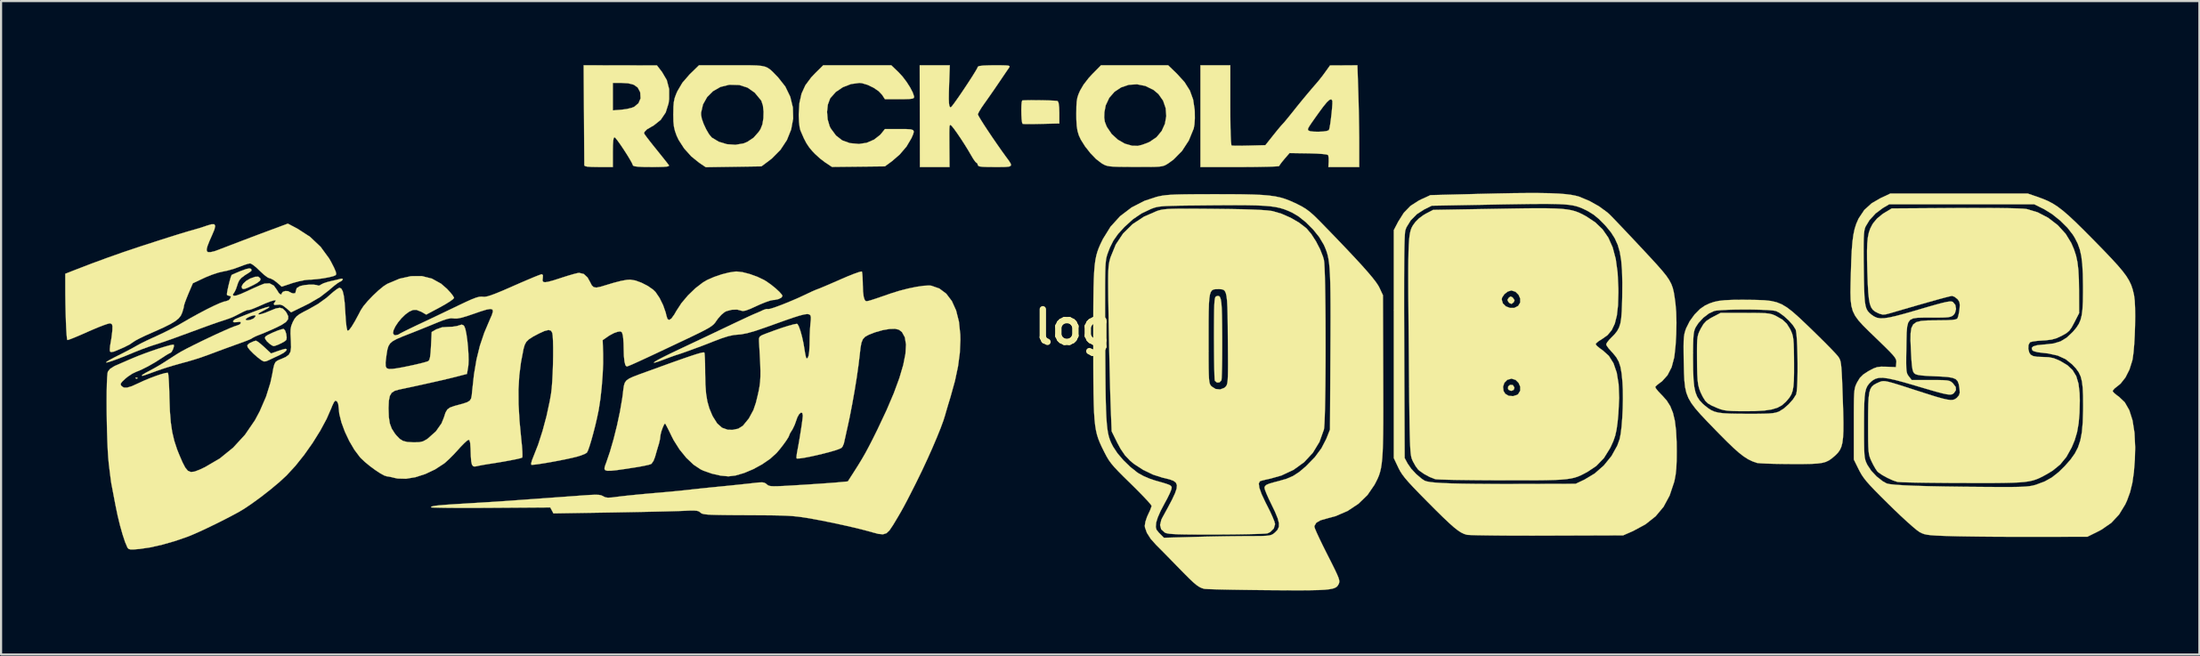
<source format=kicad_pcb>
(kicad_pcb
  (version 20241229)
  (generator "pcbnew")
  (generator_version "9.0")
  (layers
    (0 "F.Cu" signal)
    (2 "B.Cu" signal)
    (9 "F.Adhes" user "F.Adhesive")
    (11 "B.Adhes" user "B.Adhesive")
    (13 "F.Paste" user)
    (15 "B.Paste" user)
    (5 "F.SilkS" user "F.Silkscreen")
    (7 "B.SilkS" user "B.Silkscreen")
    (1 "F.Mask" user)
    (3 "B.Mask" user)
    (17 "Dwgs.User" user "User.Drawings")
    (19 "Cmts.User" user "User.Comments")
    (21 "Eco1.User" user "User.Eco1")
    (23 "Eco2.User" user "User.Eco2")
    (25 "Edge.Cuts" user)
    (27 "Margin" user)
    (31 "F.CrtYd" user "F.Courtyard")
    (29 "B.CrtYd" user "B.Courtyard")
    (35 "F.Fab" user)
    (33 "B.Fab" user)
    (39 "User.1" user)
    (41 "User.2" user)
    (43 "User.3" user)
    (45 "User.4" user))
  (footprint "logo"
    (layer "F.Cu")
    (at 47.852 12.261)
    (property "Reference" "logo" (at 0 0 0) (layer "F.SilkS") (effects (font (size 1.524 1.524) (thickness 0.3))))
    (attr through_hole)
    (fp_poly (pts (xy -44.471 2.371) (xy -44.48 2.408) (xy -44.514 2.413) (xy -44.566 2.39) (xy -44.556 2.371) (xy -44.48 2.363) (xy -44.471 2.371)) (stroke (width 0.01) (type solid)) (fill yes) (layer "F.SilkS"))
    (fp_poly (pts (xy 19.87 2.706) (xy 19.903 2.727) (xy 19.965 2.838) (xy 19.926 2.941) (xy 19.812 2.985) (xy 19.698 2.94) (xy 19.664 2.894) (xy 19.671 2.778) (xy 19.756 2.704) (xy 19.87 2.706)) (stroke (width 0.01) (type solid)) (fill yes) (layer "F.SilkS"))
    (fp_poly (pts (xy 19.86 -1.402) (xy 19.9 -1.363) (xy 19.969 -1.26) (xy 19.933 -1.168) (xy 19.832 -1.087) (xy 19.734 -1.123) (xy 19.682 -1.178) (xy 19.635 -1.274) (xy 19.692 -1.367) (xy 19.697 -1.373) (xy 19.782 -1.435) (xy 19.86 -1.402)) (stroke (width 0.01) (type solid)) (fill yes) (layer "F.SilkS"))
    (fp_poly (pts (xy -38.727 -2.285) (xy -38.71 -2.249) (xy -38.738 -2.169) (xy -38.879 -2.063) (xy -39.053 -1.968) (xy -39.283 -1.856) (xy -39.429 -1.797) (xy -39.516 -1.784) (xy -39.57 -1.809) (xy -39.577 -1.816) (xy -39.594 -1.91) (xy -39.52 -2.035) (xy -39.38 -2.165) (xy -39.197 -2.273) (xy -39.192 -2.275) (xy -38.962 -2.356) (xy -38.814 -2.36) (xy -38.727 -2.285)) (stroke (width 0.01) (type solid)) (fill yes) (layer "F.SilkS"))
    (fp_poly (pts (xy -37.621 0.087) (xy -37.557 0.168) (xy -37.508 0.319) (xy -37.487 0.485) (xy -37.503 0.595) (xy -37.573 0.66) (xy -37.717 0.743) (xy -37.888 0.823) (xy -38.04 0.878) (xy -38.104 0.889) (xy -38.173 0.857) (xy -38.276 0.79) (xy -38.411 0.667) (xy -38.483 0.567) (xy -38.507 0.497) (xy -38.477 0.438) (xy -38.375 0.37) (xy -38.18 0.276) (xy -38.123 0.25) (xy -37.906 0.16) (xy -37.728 0.102) (xy -37.627 0.086) (xy -37.621 0.087)) (stroke (width 0.01) (type solid)) (fill yes) (layer "F.SilkS"))
    (fp_poly (pts (xy -2.383 -10.621) (xy -2.092 -10.617) (xy -1.82 -10.61) (xy -1.595 -10.6) (xy -1.448 -10.588) (xy -1.408 -10.58) (xy -1.366 -10.489) (xy -1.341 -10.287) (xy -1.333 -10.033) (xy -1.333 -9.532) (xy -2.16 -9.513) (xy -2.474 -9.507) (xy -2.744 -9.505) (xy -2.942 -9.507) (xy -3.044 -9.513) (xy -3.049 -9.514) (xy -3.076 -9.581) (xy -3.096 -9.737) (xy -3.107 -9.946) (xy -3.111 -10.173) (xy -3.105 -10.383) (xy -3.091 -10.54) (xy -3.066 -10.608) (xy -3.064 -10.609) (xy -2.899 -10.618) (xy -2.662 -10.622) (xy -2.383 -10.621)) (stroke (width 0.01) (type solid)) (fill yes) (layer "F.SilkS"))
    (fp_poly (pts (xy -38.848 0.676) (xy -38.709 0.782) (xy -38.539 0.932) (xy -38.537 0.934) (xy -38.217 1.233) (xy -37.912 1.124) (xy -37.723 1.062) (xy -37.581 1.023) (xy -37.538 1.016) (xy -37.481 1.043) (xy -37.517 1.112) (xy -37.628 1.203) (xy -37.797 1.297) (xy -37.8 1.298) (xy -38.026 1.404) (xy -38.251 1.511) (xy -38.297 1.533) (xy -38.453 1.6) (xy -38.556 1.607) (xy -38.661 1.554) (xy -38.678 1.543) (xy -38.857 1.407) (xy -39.047 1.238) (xy -39.211 1.071) (xy -39.311 0.942) (xy -39.313 0.939) (xy -39.33 0.85) (xy -39.255 0.772) (xy -39.184 0.732) (xy -39.034 0.665) (xy -38.929 0.635) (xy -38.926 0.635) (xy -38.848 0.676)) (stroke (width 0.01) (type solid)) (fill yes) (layer "F.SilkS"))
    (fp_poly (pts (xy 6.142 -1.452) (xy 6.189 -1.401) (xy 6.224 -1.297) (xy 6.25 -1.127) (xy 6.268 -0.88) (xy 6.279 -0.543) (xy 6.285 -0.105) (xy 6.289 0.447) (xy 6.289 0.54) (xy 6.289 1.016) (xy 6.287 1.453) (xy 6.282 1.836) (xy 6.274 2.147) (xy 6.265 2.368) (xy 6.255 2.483) (xy 6.252 2.492) (xy 6.165 2.585) (xy 6.045 2.594) (xy 5.951 2.519) (xy 5.944 2.503) (xy 5.934 2.416) (xy 5.926 2.219) (xy 5.918 1.928) (xy 5.912 1.56) (xy 5.908 1.131) (xy 5.906 0.659) (xy 5.905 0.501) (xy 5.906 -0.046) (xy 5.909 -0.48) (xy 5.913 -0.813) (xy 5.921 -1.059) (xy 5.933 -1.231) (xy 5.949 -1.342) (xy 5.971 -1.406) (xy 5.998 -1.436) (xy 6.006 -1.439) (xy 6.081 -1.461) (xy 6.142 -1.452)) (stroke (width 0.01) (type solid)) (fill yes) (layer "F.SilkS"))
    (fp_poly (pts (xy 31.175 -0.666) (xy 31.483 -0.661) (xy 31.709 -0.651) (xy 31.874 -0.633) (xy 32.002 -0.604) (xy 32.115 -0.563) (xy 32.215 -0.516) (xy 32.504 -0.349) (xy 32.707 -0.159) (xy 32.866 0.095) (xy 32.912 0.191) (xy 32.958 0.304) (xy 32.992 0.427) (xy 33.016 0.579) (xy 33.031 0.783) (xy 33.04 1.06) (xy 33.045 1.43) (xy 33.047 1.683) (xy 33.047 2.145) (xy 33.039 2.502) (xy 33.019 2.773) (xy 32.982 2.981) (xy 32.924 3.145) (xy 32.84 3.287) (xy 32.726 3.427) (xy 32.652 3.508) (xy 32.478 3.66) (xy 32.268 3.774) (xy 32.002 3.854) (xy 31.662 3.905) (xy 31.23 3.93) (xy 30.811 3.935) (xy 30.422 3.933) (xy 30.133 3.926) (xy 29.919 3.91) (xy 29.752 3.884) (xy 29.606 3.844) (xy 29.454 3.786) (xy 29.447 3.783) (xy 29.187 3.669) (xy 29.014 3.567) (xy 28.893 3.448) (xy 28.79 3.284) (xy 28.752 3.213) (xy 28.669 3.039) (xy 28.608 2.876) (xy 28.564 2.699) (xy 28.536 2.484) (xy 28.52 2.209) (xy 28.511 1.848) (xy 28.508 1.503) (xy 28.507 1.108) (xy 28.509 0.817) (xy 28.518 0.605) (xy 28.537 0.449) (xy 28.568 0.325) (xy 28.614 0.21) (xy 28.679 0.08) (xy 28.681 0.075) (xy 28.805 -0.136) (xy 28.938 -0.283) (xy 29.127 -0.41) (xy 29.238 -0.47) (xy 29.615 -0.667) (xy 30.762 -0.667) (xy 31.175 -0.666)) (stroke (width 0.01) (type solid)) (fill yes) (layer "F.SilkS"))
    (fp_poly (pts (xy -8.855 -11.929) (xy -8.665 -11.722) (xy -8.478 -11.475) (xy -8.314 -11.218) (xy -8.192 -10.984) (xy -8.131 -10.803) (xy -8.128 -10.766) (xy -8.146 -10.722) (xy -8.216 -10.693) (xy -8.357 -10.677) (xy -8.589 -10.67) (xy -8.811 -10.669) (xy -9.493 -10.67) (xy -9.627 -10.876) (xy -9.788 -11.045) (xy -10.029 -11.208) (xy -10.305 -11.34) (xy -10.569 -11.418) (xy -10.686 -11.43) (xy -11.08 -11.377) (xy -11.46 -11.23) (xy -11.791 -11.007) (xy -12.04 -10.727) (xy -12.062 -10.691) (xy -12.165 -10.413) (xy -12.202 -10.074) (xy -12.173 -9.721) (xy -12.08 -9.402) (xy -12.028 -9.299) (xy -11.782 -8.966) (xy -11.49 -8.74) (xy -11.135 -8.612) (xy -10.707 -8.573) (xy -10.347 -8.627) (xy -10.001 -8.776) (xy -9.716 -8.998) (xy -9.658 -9.065) (xy -9.493 -9.271) (xy -8.811 -9.271) (xy -8.492 -9.269) (xy -8.285 -9.256) (xy -8.174 -9.22) (xy -8.141 -9.147) (xy -8.173 -9.026) (xy -8.252 -8.844) (xy -8.255 -8.839) (xy -8.483 -8.453) (xy -8.802 -8.079) (xy -9.167 -7.764) (xy -9.493 -7.525) (xy -10.732 -7.511) (xy -11.97 -7.498) (xy -12.295 -7.714) (xy -12.526 -7.89) (xy -12.765 -8.107) (xy -12.889 -8.236) (xy -13.041 -8.421) (xy -13.167 -8.61) (xy -13.286 -8.838) (xy -13.418 -9.142) (xy -13.453 -9.226) (xy -13.486 -9.371) (xy -13.512 -9.601) (xy -13.524 -9.872) (xy -13.525 -9.957) (xy -13.494 -10.484) (xy -13.395 -10.928) (xy -13.216 -11.319) (xy -12.944 -11.686) (xy -12.75 -11.89) (xy -12.379 -12.256) (xy -9.197 -12.256) (xy -8.855 -11.929)) (stroke (width 0.01) (type solid)) (fill yes) (layer "F.SilkS"))
    (fp_poly (pts (xy -15.786 -12.255) (xy -15.495 -12.247) (xy -15.276 -12.227) (xy -15.108 -12.191) (xy -14.974 -12.133) (xy -14.854 -12.049) (xy -14.73 -11.934) (xy -14.584 -11.783) (xy -14.499 -11.696) (xy -14.155 -11.26) (xy -13.923 -10.782) (xy -13.801 -10.278) (xy -13.787 -9.762) (xy -13.881 -9.251) (xy -14.079 -8.758) (xy -14.381 -8.3) (xy -14.785 -7.892) (xy -14.916 -7.79) (xy -15.272 -7.525) (xy -16.573 -7.505) (xy -17.875 -7.486) (xy -18.177 -7.687) (xy -18.552 -7.989) (xy -18.886 -8.361) (xy -19.147 -8.764) (xy -19.241 -8.965) (xy -19.319 -9.185) (xy -19.366 -9.39) (xy -19.39 -9.625) (xy -19.396 -9.933) (xy -19.395 -9.944) (xy -18.097 -9.944) (xy -18.063 -9.756) (xy -17.976 -9.51) (xy -17.855 -9.252) (xy -17.722 -9.025) (xy -17.598 -8.876) (xy -17.593 -8.872) (xy -17.268 -8.676) (xy -16.887 -8.562) (xy -16.489 -8.534) (xy -16.112 -8.597) (xy -15.933 -8.67) (xy -15.638 -8.867) (xy -15.396 -9.141) (xy -15.312 -9.271) (xy -15.226 -9.491) (xy -15.179 -9.778) (xy -15.171 -10.087) (xy -15.202 -10.372) (xy -15.274 -10.59) (xy -15.29 -10.616) (xy -15.583 -10.972) (xy -15.92 -11.209) (xy -16.307 -11.333) (xy -16.754 -11.345) (xy -16.793 -11.341) (xy -17.19 -11.242) (xy -17.537 -11.044) (xy -17.814 -10.766) (xy -18.006 -10.425) (xy -18.094 -10.043) (xy -18.097 -9.944) (xy -19.395 -9.944) (xy -19.395 -10.001) (xy -19.389 -10.311) (xy -19.37 -10.537) (xy -19.331 -10.722) (xy -19.263 -10.908) (xy -19.2 -11.049) (xy -18.97 -11.439) (xy -18.64 -11.82) (xy -18.601 -11.859) (xy -18.194 -12.255) (xy -16.654 -12.256) (xy -16.166 -12.256) (xy -15.786 -12.255)) (stroke (width 0.01) (type solid)) (fill yes) (layer "F.SilkS"))
    (fp_poly (pts (xy -21.876 -12.253) (xy -20.161 -12.25) (xy -19.922 -11.939) (xy -19.701 -11.562) (xy -19.591 -11.142) (xy -19.591 -10.668) (xy -19.619 -10.468) (xy -19.752 -10.046) (xy -19.985 -9.701) (xy -20.316 -9.437) (xy -20.406 -9.387) (xy -20.631 -9.255) (xy -20.744 -9.139) (xy -20.764 -9.069) (xy -20.726 -9.007) (xy -20.622 -8.866) (xy -20.467 -8.665) (xy -20.274 -8.422) (xy -20.205 -8.337) (xy -19.999 -8.081) (xy -19.819 -7.856) (xy -19.683 -7.684) (xy -19.607 -7.583) (xy -19.598 -7.57) (xy -19.608 -7.538) (xy -19.694 -7.515) (xy -19.869 -7.501) (xy -20.148 -7.494) (xy -20.407 -7.493) (xy -20.779 -7.496) (xy -21.039 -7.508) (xy -21.199 -7.528) (xy -21.275 -7.558) (xy -21.284 -7.573) (xy -21.332 -7.683) (xy -21.431 -7.86) (xy -21.564 -8.078) (xy -21.714 -8.312) (xy -21.864 -8.535) (xy -21.998 -8.722) (xy -22.098 -8.848) (xy -22.146 -8.888) (xy -22.183 -8.852) (xy -22.207 -8.734) (xy -22.221 -8.518) (xy -22.225 -8.191) (xy -22.225 -7.493) (xy -22.892 -7.493) (xy -23.212 -7.498) (xy -23.421 -7.512) (xy -23.531 -7.539) (xy -23.559 -7.572) (xy -23.56 -7.652) (xy -23.561 -7.844) (xy -23.563 -8.134) (xy -23.566 -8.506) (xy -23.569 -8.946) (xy -23.572 -9.439) (xy -23.575 -9.954) (xy -23.585 -11.43) (xy -22.225 -11.43) (xy -22.225 -10.143) (xy -21.825 -10.175) (xy -21.577 -10.208) (xy -21.351 -10.262) (xy -21.231 -10.307) (xy -21.026 -10.477) (xy -20.927 -10.706) (xy -20.942 -10.973) (xy -20.954 -11.015) (xy -21.062 -11.214) (xy -21.242 -11.344) (xy -21.509 -11.413) (xy -21.809 -11.43) (xy -22.225 -11.43) (xy -23.585 -11.43) (xy -23.59 -12.256) (xy -21.876 -12.253)) (stroke (width 0.01) (type solid)) (fill yes) (layer "F.SilkS"))
    (fp_poly (pts (xy 2.189 -12.255) (xy 3.76 -12.255) (xy 4.169 -11.861) (xy 4.527 -11.467) (xy 4.776 -11.073) (xy 4.929 -10.65) (xy 5.001 -10.169) (xy 5.005 -10.096) (xy 5.009 -9.772) (xy 4.991 -9.489) (xy 4.956 -9.294) (xy 4.726 -8.734) (xy 4.406 -8.243) (xy 4.007 -7.839) (xy 3.756 -7.658) (xy 3.665 -7.602) (xy 3.579 -7.561) (xy 3.479 -7.532) (xy 3.345 -7.513) (xy 3.158 -7.502) (xy 2.898 -7.497) (xy 2.545 -7.497) (xy 2.208 -7.498) (xy 1.773 -7.5) (xy 1.445 -7.504) (xy 1.204 -7.512) (xy 1.031 -7.526) (xy 0.905 -7.549) (xy 0.806 -7.582) (xy 0.715 -7.629) (xy 0.635 -7.677) (xy 0.385 -7.87) (xy 0.121 -8.144) (xy -0.126 -8.458) (xy -0.325 -8.774) (xy -0.419 -8.977) (xy -0.48 -9.181) (xy -0.517 -9.416) (xy -0.535 -9.717) (xy -0.536 -9.805) (xy 0.768 -9.805) (xy 0.797 -9.609) (xy 0.874 -9.411) (xy 0.896 -9.365) (xy 1.115 -9.041) (xy 1.404 -8.775) (xy 1.736 -8.585) (xy 2.083 -8.487) (xy 2.349 -8.485) (xy 2.537 -8.531) (xy 2.769 -8.615) (xy 2.892 -8.669) (xy 3.217 -8.889) (xy 3.457 -9.179) (xy 3.61 -9.518) (xy 3.673 -9.883) (xy 3.644 -10.251) (xy 3.524 -10.6) (xy 3.308 -10.907) (xy 3.079 -11.1) (xy 2.695 -11.289) (xy 2.303 -11.366) (xy 1.919 -11.342) (xy 1.562 -11.222) (xy 1.251 -11.017) (xy 1.004 -10.733) (xy 0.838 -10.38) (xy 0.777 -10.061) (xy 0.768 -9.805) (xy -0.536 -9.805) (xy -0.537 -10.001) (xy -0.533 -10.324) (xy -0.519 -10.558) (xy -0.488 -10.737) (xy -0.436 -10.9) (xy -0.361 -11.07) (xy -0.196 -11.351) (xy 0.039 -11.656) (xy 0.216 -11.848) (xy 0.619 -12.256) (xy 2.189 -12.255)) (stroke (width 0.01) (type solid)) (fill yes) (layer "F.SilkS"))
    (fp_poly (pts (xy -6.458 -12.255) (xy -6.489 -11.382) (xy -6.501 -10.976) (xy -6.504 -10.68) (xy -6.496 -10.48) (xy -6.478 -10.358) (xy -6.447 -10.299) (xy -6.413 -10.287) (xy -6.361 -10.337) (xy -6.256 -10.474) (xy -6.111 -10.677) (xy -5.94 -10.924) (xy -5.757 -11.196) (xy -5.575 -11.471) (xy -5.409 -11.728) (xy -5.273 -11.947) (xy -5.179 -12.107) (xy -5.144 -12.187) (xy -5.144 -12.188) (xy -5.081 -12.22) (xy -4.897 -12.242) (xy -4.596 -12.254) (xy -4.374 -12.256) (xy -4.052 -12.255) (xy -3.838 -12.25) (xy -3.715 -12.238) (xy -3.662 -12.215) (xy -3.663 -12.179) (xy -3.691 -12.134) (xy -3.762 -12.032) (xy -3.885 -11.852) (xy -4.039 -11.624) (xy -4.156 -11.451) (xy -4.356 -11.158) (xy -4.571 -10.848) (xy -4.766 -10.57) (xy -4.839 -10.469) (xy -4.981 -10.262) (xy -5.088 -10.086) (xy -5.141 -9.973) (xy -5.144 -9.957) (xy -5.109 -9.878) (xy -5.012 -9.714) (xy -4.867 -9.483) (xy -4.684 -9.204) (xy -4.476 -8.894) (xy -4.255 -8.573) (xy -4.034 -8.257) (xy -3.824 -7.966) (xy -3.814 -7.953) (xy -3.679 -7.769) (xy -3.602 -7.641) (xy -3.596 -7.561) (xy -3.673 -7.516) (xy -3.844 -7.497) (xy -4.124 -7.493) (xy -4.343 -7.493) (xy -4.681 -7.495) (xy -4.911 -7.503) (xy -5.052 -7.52) (xy -5.123 -7.547) (xy -5.143 -7.586) (xy -5.144 -7.588) (xy -5.175 -7.673) (xy -5.201 -7.684) (xy -5.259 -7.735) (xy -5.355 -7.869) (xy -5.462 -8.049) (xy -5.607 -8.297) (xy -5.774 -8.566) (xy -5.948 -8.834) (xy -6.114 -9.079) (xy -6.259 -9.28) (xy -6.366 -9.414) (xy -6.421 -9.461) (xy -6.444 -9.458) (xy -6.461 -9.437) (xy -6.472 -9.381) (xy -6.478 -9.271) (xy -6.481 -9.092) (xy -6.48 -8.824) (xy -6.478 -8.452) (xy -6.477 -8.334) (xy -6.471 -7.493) (xy -7.856 -7.493) (xy -7.86 -9.874) (xy -7.865 -12.256) (xy -7.162 -12.256) (xy -6.458 -12.255)) (stroke (width 0.01) (type solid)) (fill yes) (layer "F.SilkS"))
    (fp_poly (pts (xy 12.658 -10.97) (xy 12.672 -10.478) (xy 12.684 -9.935) (xy 12.693 -9.39) (xy 12.699 -8.89) (xy 12.7 -8.588) (xy 12.7 -7.493) (xy 11.258 -7.493) (xy 11.272 -7.741) (xy 11.271 -7.918) (xy 11.252 -8.04) (xy 11.245 -8.055) (xy 11.168 -8.081) (xy 10.983 -8.104) (xy 10.709 -8.122) (xy 10.365 -8.133) (xy 10.323 -8.134) (xy 9.44 -8.147) (xy 9.199 -7.868) (xy 9.068 -7.709) (xy 8.98 -7.588) (xy 8.955 -7.541) (xy 8.894 -7.528) (xy 8.721 -7.518) (xy 8.454 -7.508) (xy 8.106 -7.501) (xy 7.695 -7.495) (xy 7.236 -7.493) (xy 7.112 -7.493) (xy 5.271 -7.493) (xy 5.271 -12.255) (xy 6.668 -12.255) (xy 6.668 -10.388) (xy 6.67 -9.822) (xy 6.676 -9.346) (xy 6.686 -8.969) (xy 6.699 -8.697) (xy 6.716 -8.538) (xy 6.73 -8.498) (xy 6.815 -8.492) (xy 6.999 -8.489) (xy 7.255 -8.491) (xy 7.551 -8.497) (xy 8.31 -8.516) (xy 8.673 -8.973) (xy 8.841 -9.182) (xy 8.908 -9.263) (xy 10.301 -9.263) (xy 10.307 -9.228) (xy 10.319 -9.207) (xy 10.404 -9.169) (xy 10.573 -9.149) (xy 10.786 -9.144) (xy 11.002 -9.154) (xy 11.18 -9.179) (xy 11.279 -9.218) (xy 11.283 -9.223) (xy 11.311 -9.317) (xy 11.344 -9.503) (xy 11.377 -9.746) (xy 11.408 -10.011) (xy 11.432 -10.263) (xy 11.446 -10.468) (xy 11.444 -10.59) (xy 11.441 -10.602) (xy 11.393 -10.663) (xy 11.311 -10.64) (xy 11.187 -10.527) (xy 11.013 -10.315) (xy 10.821 -10.054) (xy 10.609 -9.757) (xy 10.462 -9.547) (xy 10.368 -9.406) (xy 10.317 -9.317) (xy 10.301 -9.263) (xy 8.908 -9.263) (xy 8.985 -9.356) (xy 9.083 -9.469) (xy 9.106 -9.493) (xy 9.194 -9.589) (xy 9.357 -9.786) (xy 9.596 -10.082) (xy 9.759 -10.287) (xy 9.911 -10.475) (xy 10.101 -10.707) (xy 10.304 -10.95) (xy 10.493 -11.173) (xy 10.64 -11.344) (xy 10.685 -11.395) (xy 10.821 -11.556) (xy 10.986 -11.766) (xy 11.098 -11.919) (xy 11.335 -12.249) (xy 11.976 -12.252) (xy 12.616 -12.256) (xy 12.658 -10.97)) (stroke (width 0.01) (type solid)) (fill yes) (layer "F.SilkS"))
    (fp_poly (pts (xy -38.295 -0.941) (xy -38.363 -0.887) (xy -38.542 -0.789) (xy -38.592 -0.763) (xy -38.76 -0.669) (xy -38.821 -0.612) (xy -38.789 -0.592) (xy -38.677 -0.611) (xy -38.5 -0.667) (xy -38.271 -0.761) (xy -38.271 -0.761) (xy -38.002 -0.87) (xy -37.811 -0.906) (xy -37.669 -0.865) (xy -37.546 -0.745) (xy -37.49 -0.665) (xy -37.414 -0.505) (xy -37.422 -0.368) (xy -37.524 -0.237) (xy -37.731 -0.1) (xy -37.987 0.027) (xy -38.256 0.148) (xy -38.514 0.259) (xy -38.715 0.341) (xy -38.761 0.358) (xy -38.935 0.427) (xy -39.061 0.491) (xy -39.079 0.504) (xy -39.18 0.561) (xy -39.346 0.632) (xy -39.402 0.653) (xy -39.859 0.818) (xy -40.222 0.95) (xy -40.517 1.058) (xy -40.772 1.153) (xy -41.013 1.243) (xy -41.116 1.282) (xy -41.426 1.393) (xy -41.762 1.504) (xy -42.053 1.591) (xy -42.069 1.595) (xy -42.478 1.708) (xy -42.799 1.799) (xy -43.063 1.879) (xy -43.306 1.958) (xy -43.562 2.046) (xy -43.687 2.092) (xy -43.952 2.187) (xy -44.119 2.245) (xy -44.211 2.274) (xy -44.25 2.279) (xy -44.259 2.267) (xy -44.26 2.255) (xy -44.208 2.213) (xy -44.074 2.133) (xy -43.931 2.058) (xy -43.679 1.922) (xy -43.405 1.763) (xy -43.28 1.685) (xy -43.045 1.535) (xy -42.773 1.36) (xy -42.586 1.24) (xy -42.412 1.138) (xy -42.158 1.002) (xy -41.846 0.844) (xy -41.497 0.672) (xy -41.132 0.497) (xy -40.773 0.329) (xy -40.44 0.178) (xy -40.156 0.053) (xy -39.941 -0.033) (xy -39.817 -0.073) (xy -39.813 -0.074) (xy -39.686 -0.125) (xy -39.636 -0.184) (xy -39.644 -0.241) (xy -39.737 -0.245) (xy -39.806 -0.233) (xy -39.954 -0.226) (xy -40.003 -0.269) (xy -39.941 -0.344) (xy -39.894 -0.372) (xy -39.893 -0.373) (xy -39.407 -0.373) (xy -39.394 -0.328) (xy -39.302 -0.32) (xy -39.174 -0.345) (xy -39.051 -0.397) (xy -39.025 -0.414) (xy -38.947 -0.499) (xy -38.944 -0.548) (xy -39.024 -0.553) (xy -39.161 -0.514) (xy -39.304 -0.451) (xy -39.399 -0.383) (xy -39.407 -0.373) (xy -39.893 -0.373) (xy -39.794 -0.417) (xy -39.602 -0.496) (xy -39.346 -0.598) (xy -39.052 -0.712) (xy -39.037 -0.718) (xy -38.711 -0.838) (xy -38.475 -0.916) (xy -38.334 -0.951) (xy -38.295 -0.941)) (stroke (width 0.01) (type solid)) (fill yes) (layer "F.SilkS"))
    (fp_poly (pts (xy -36.974 -4.602) (xy -36.395 -4.227) (xy -35.901 -3.76) (xy -35.499 -3.212) (xy -35.403 -3.041) (xy -35.266 -2.773) (xy -35.191 -2.594) (xy -35.169 -2.487) (xy -35.194 -2.432) (xy -35.311 -2.383) (xy -35.519 -2.332) (xy -35.78 -2.284) (xy -36.059 -2.247) (xy -36.319 -2.225) (xy -36.424 -2.223) (xy -36.639 -2.201) (xy -36.915 -2.146) (xy -37.198 -2.068) (xy -37.228 -2.058) (xy -37.721 -1.894) (xy -37.945 -2.09) (xy -38.103 -2.208) (xy -38.243 -2.278) (xy -38.286 -2.286) (xy -38.384 -2.329) (xy -38.538 -2.444) (xy -38.715 -2.606) (xy -38.744 -2.634) (xy -38.921 -2.802) (xy -39.079 -2.926) (xy -39.186 -2.982) (xy -39.197 -2.984) (xy -39.311 -2.961) (xy -39.499 -2.9) (xy -39.705 -2.821) (xy -39.98 -2.723) (xy -40.276 -2.641) (xy -40.46 -2.604) (xy -40.688 -2.551) (xy -40.976 -2.456) (xy -41.271 -2.338) (xy -41.349 -2.302) (xy -41.878 -2.053) (xy -42.085 -1.569) (xy -42.18 -1.335) (xy -42.253 -1.14) (xy -42.29 -1.019) (xy -42.292 -1.002) (xy -42.312 -0.894) (xy -42.362 -0.724) (xy -42.381 -0.667) (xy -42.445 -0.53) (xy -42.547 -0.404) (xy -42.703 -0.279) (xy -42.928 -0.143) (xy -43.236 0.011) (xy -43.644 0.195) (xy -43.815 0.27) (xy -44.107 0.4) (xy -44.366 0.525) (xy -44.563 0.629) (xy -44.671 0.7) (xy -44.672 0.7) (xy -44.831 0.809) (xy -45.094 0.943) (xy -45.445 1.095) (xy -45.575 1.147) (xy -45.705 1.168) (xy -45.754 1.14) (xy -45.764 1.047) (xy -45.749 0.875) (xy -45.727 0.745) (xy -45.683 0.485) (xy -45.651 0.219) (xy -45.643 0.127) (xy -45.64 -0.053) (xy -45.668 -0.142) (xy -45.741 -0.175) (xy -45.752 -0.177) (xy -45.851 -0.158) (xy -46.043 -0.093) (xy -46.303 0.007) (xy -46.61 0.136) (xy -46.794 0.217) (xy -47.108 0.356) (xy -47.381 0.472) (xy -47.593 0.556) (xy -47.721 0.6) (xy -47.751 0.604) (xy -47.768 0.533) (xy -47.785 0.354) (xy -47.802 0.084) (xy -47.817 -0.257) (xy -47.829 -0.651) (xy -47.839 -1.08) (xy -47.845 -1.524) (xy -47.846 -1.804) (xy -47.847 -2.497) (xy -47.403 -2.671) (xy -46.634 -2.967) (xy -45.893 -3.24) (xy -45.143 -3.505) (xy -44.346 -3.772) (xy -43.468 -4.056) (xy -43.37 -4.087) (xy -42.971 -4.214) (xy -42.666 -4.31) (xy -42.428 -4.383) (xy -42.231 -4.443) (xy -42.047 -4.497) (xy -41.851 -4.552) (xy -41.783 -4.572) (xy -41.534 -4.646) (xy -41.278 -4.73) (xy -41.23 -4.747) (xy -41.006 -4.814) (xy -40.875 -4.814) (xy -40.832 -4.736) (xy -40.868 -4.571) (xy -40.966 -4.336) (xy -41.107 -4.017) (xy -41.194 -3.792) (xy -41.231 -3.645) (xy -41.223 -3.558) (xy -41.173 -3.513) (xy -41.167 -3.511) (xy -41.051 -3.509) (xy -40.872 -3.55) (xy -40.774 -3.583) (xy -40.547 -3.67) (xy -40.274 -3.774) (xy -40.1 -3.841) (xy -39.578 -4.04) (xy -39.121 -4.214) (xy -38.677 -4.381) (xy -38.193 -4.561) (xy -38.163 -4.572) (xy -37.433 -4.844) (xy -36.974 -4.602)) (stroke (width 0.01) (type solid)) (fill yes) (layer "F.SilkS"))
    (fp_poly (pts (xy 21.506 -5.561) (xy 21.874 -5.552) (xy 22.177 -5.535) (xy 22.425 -5.508) (xy 22.632 -5.471) (xy 22.81 -5.423) (xy 22.971 -5.363) (xy 23.127 -5.29) (xy 23.291 -5.202) (xy 23.334 -5.178) (xy 23.748 -4.902) (xy 24.088 -4.576) (xy 24.357 -4.189) (xy 24.561 -3.73) (xy 24.705 -3.188) (xy 24.792 -2.552) (xy 24.827 -1.812) (xy 24.828 -1.617) (xy 24.811 -1.027) (xy 24.757 -0.547) (xy 24.66 -0.162) (xy 24.516 0.141) (xy 24.32 0.376) (xy 24.067 0.555) (xy 24.062 0.558) (xy 23.894 0.664) (xy 23.787 0.758) (xy 23.765 0.805) (xy 23.823 0.877) (xy 23.957 0.99) (xy 24.098 1.09) (xy 24.382 1.345) (xy 24.599 1.691) (xy 24.751 2.132) (xy 24.839 2.672) (xy 24.864 3.315) (xy 24.828 4.053) (xy 24.788 4.476) (xy 24.741 4.807) (xy 24.68 5.079) (xy 24.596 5.326) (xy 24.481 5.583) (xy 24.438 5.669) (xy 24.149 6.133) (xy 23.791 6.501) (xy 23.406 6.759) (xy 23.237 6.852) (xy 23.085 6.93) (xy 22.936 6.994) (xy 22.778 7.046) (xy 22.599 7.086) (xy 22.386 7.117) (xy 22.126 7.14) (xy 21.807 7.155) (xy 21.417 7.165) (xy 20.943 7.17) (xy 20.372 7.171) (xy 19.692 7.171) (xy 19.372 7.17) (xy 18.766 7.168) (xy 18.195 7.164) (xy 17.672 7.158) (xy 17.211 7.152) (xy 16.826 7.143) (xy 16.528 7.135) (xy 16.333 7.125) (xy 16.256 7.116) (xy 15.995 7.013) (xy 15.731 6.87) (xy 15.515 6.718) (xy 15.449 6.657) (xy 15.338 6.505) (xy 15.223 6.301) (xy 15.186 6.222) (xy 15.163 6.165) (xy 15.143 6.101) (xy 15.126 6.019) (xy 15.111 5.912) (xy 15.098 5.77) (xy 15.087 5.586) (xy 15.077 5.35) (xy 15.068 5.053) (xy 15.06 4.688) (xy 15.053 4.244) (xy 15.046 3.714) (xy 15.039 3.089) (xy 15.036 2.79) (xy 19.431 2.79) (xy 19.454 2.988) (xy 19.536 3.122) (xy 19.696 3.215) (xy 19.9 3.231) (xy 20.091 3.17) (xy 20.14 3.133) (xy 20.235 2.975) (xy 20.235 2.787) (xy 20.158 2.608) (xy 20.019 2.471) (xy 19.833 2.413) (xy 19.822 2.413) (xy 19.629 2.467) (xy 19.493 2.604) (xy 19.431 2.79) (xy 15.036 2.79) (xy 15.032 2.359) (xy 15.025 1.517) (xy 15.02 0.921) (xy 15.012 -0.028) (xy 15.005 -0.859) (xy 15.002 -1.297) (xy 19.367 -1.297) (xy 19.423 -1.11) (xy 19.564 -0.972) (xy 19.754 -0.898) (xy 19.959 -0.9) (xy 20.14 -0.994) (xy 20.234 -1.152) (xy 20.234 -1.338) (xy 20.155 -1.517) (xy 20.015 -1.654) (xy 19.829 -1.714) (xy 19.812 -1.714) (xy 19.651 -1.664) (xy 19.495 -1.542) (xy 19.389 -1.388) (xy 19.367 -1.297) (xy 15.002 -1.297) (xy 15 -1.58) (xy 14.998 -2.2) (xy 14.998 -2.728) (xy 15.002 -3.172) (xy 15.009 -3.54) (xy 15.02 -3.842) (xy 15.036 -4.087) (xy 15.057 -4.282) (xy 15.084 -4.436) (xy 15.117 -4.559) (xy 15.156 -4.658) (xy 15.202 -4.743) (xy 15.256 -4.822) (xy 15.317 -4.903) (xy 15.334 -4.925) (xy 15.489 -5.082) (xy 15.702 -5.24) (xy 15.831 -5.316) (xy 16.161 -5.487) (xy 19.131 -5.538) (xy 19.885 -5.551) (xy 20.524 -5.56) (xy 21.06 -5.563) (xy 21.506 -5.561)) (stroke (width 0.01) (type solid)) (fill yes) (layer "F.SilkS"))
    (fp_poly (pts (xy -39.153 -2.726) (xy -39.151 -2.724) (xy -39.13 -2.647) (xy -39.203 -2.581) (xy -39.447 -2.426) (xy -39.606 -2.306) (xy -39.703 -2.195) (xy -39.765 -2.067) (xy -39.796 -1.971) (xy -39.858 -1.788) (xy -39.92 -1.655) (xy -39.941 -1.626) (xy -40 -1.536) (xy -40.005 -1.511) (xy -39.966 -1.465) (xy -39.843 -1.478) (xy -39.63 -1.553) (xy -39.317 -1.692) (xy -39.253 -1.723) (xy -38.991 -1.844) (xy -38.754 -1.948) (xy -38.577 -2.019) (xy -38.524 -2.037) (xy -38.288 -2.048) (xy -38.087 -1.941) (xy -37.941 -1.737) (xy -37.855 -1.596) (xy -37.776 -1.525) (xy -37.726 -1.54) (xy -37.719 -1.583) (xy -37.666 -1.652) (xy -37.548 -1.69) (xy -37.424 -1.684) (xy -37.383 -1.662) (xy -37.256 -1.598) (xy -37.182 -1.578) (xy -37.084 -1.592) (xy -37.055 -1.702) (xy -37.055 -1.704) (xy -37.018 -1.823) (xy -36.891 -1.905) (xy -36.83 -1.928) (xy -36.651 -1.968) (xy -36.434 -1.988) (xy -36.226 -1.988) (xy -36.071 -1.967) (xy -36.021 -1.943) (xy -35.949 -1.947) (xy -35.883 -1.99) (xy -35.768 -2.049) (xy -35.576 -2.113) (xy -35.401 -2.157) (xy -35.186 -2.205) (xy -35.015 -2.247) (xy -34.941 -2.269) (xy -34.869 -2.259) (xy -34.861 -2.234) (xy -34.914 -2.163) (xy -34.986 -2.128) (xy -35.089 -2.069) (xy -35.254 -1.945) (xy -35.449 -1.781) (xy -35.512 -1.725) (xy -35.918 -1.411) (xy -36.432 -1.11) (xy -36.598 -1.027) (xy -37.282 -0.692) (xy -37.507 -0.89) (xy -37.671 -1.014) (xy -37.803 -1.057) (xy -37.916 -1.046) (xy -38.059 -1.037) (xy -38.095 -1.091) (xy -38.021 -1.198) (xy -37.994 -1.253) (xy -38.069 -1.255) (xy -38.234 -1.208) (xy -38.478 -1.114) (xy -38.746 -0.996) (xy -38.971 -0.899) (xy -39.149 -0.83) (xy -39.252 -0.803) (xy -39.264 -0.805) (xy -39.334 -0.796) (xy -39.475 -0.74) (xy -39.571 -0.693) (xy -39.819 -0.565) (xy -39.995 -0.479) (xy -40.14 -0.418) (xy -40.293 -0.364) (xy -40.45 -0.313) (xy -40.665 -0.242) (xy -40.953 -0.142) (xy -41.265 -0.03) (xy -41.418 0.026) (xy -41.962 0.226) (xy -42.404 0.388) (xy -42.758 0.517) (xy -43.042 0.618) (xy -43.27 0.697) (xy -43.459 0.761) (xy -43.624 0.814) (xy -43.688 0.833) (xy -43.954 0.922) (xy -44.272 1.038) (xy -44.578 1.159) (xy -44.609 1.172) (xy -45.044 1.351) (xy -45.399 1.489) (xy -45.668 1.587) (xy -45.848 1.643) (xy -45.932 1.656) (xy -45.916 1.624) (xy -45.794 1.547) (xy -45.563 1.424) (xy -45.403 1.343) (xy -45.114 1.198) (xy -44.834 1.052) (xy -44.604 0.927) (xy -44.511 0.874) (xy -44.328 0.774) (xy -44.069 0.645) (xy -43.774 0.507) (xy -43.59 0.424) (xy -43.244 0.262) (xy -42.862 0.069) (xy -42.507 -0.124) (xy -42.386 -0.194) (xy -41.991 -0.422) (xy -41.599 -0.638) (xy -41.229 -0.832) (xy -40.899 -0.995) (xy -40.628 -1.117) (xy -40.434 -1.19) (xy -40.352 -1.206) (xy -40.2 -1.258) (xy -40.132 -1.333) (xy -40.096 -1.431) (xy -40.147 -1.46) (xy -40.158 -1.46) (xy -40.261 -1.49) (xy -40.282 -1.511) (xy -40.28 -1.587) (xy -40.252 -1.747) (xy -40.207 -1.951) (xy -40.155 -2.159) (xy -40.105 -2.333) (xy -40.066 -2.433) (xy -40.06 -2.442) (xy -39.994 -2.475) (xy -39.842 -2.541) (xy -39.637 -2.626) (xy -39.628 -2.629) (xy -39.384 -2.719) (xy -39.232 -2.749) (xy -39.153 -2.726)) (stroke (width 0.01) (type solid)) (fill yes) (layer "F.SilkS"))
    (fp_poly (pts (xy 30.849 -1.278) (xy 31.295 -1.272) (xy 31.661 -1.258) (xy 31.965 -1.225) (xy 32.228 -1.165) (xy 32.47 -1.068) (xy 32.71 -0.925) (xy 32.969 -0.728) (xy 33.265 -0.466) (xy 33.62 -0.131) (xy 33.892 0.131) (xy 34.205 0.437) (xy 34.496 0.725) (xy 34.748 0.981) (xy 34.947 1.189) (xy 35.077 1.333) (xy 35.111 1.376) (xy 35.157 1.443) (xy 35.193 1.514) (xy 35.222 1.604) (xy 35.244 1.728) (xy 35.263 1.903) (xy 35.279 2.144) (xy 35.295 2.466) (xy 35.311 2.885) (xy 35.328 3.37) (xy 35.348 3.974) (xy 35.358 4.466) (xy 35.356 4.86) (xy 35.34 5.171) (xy 35.309 5.415) (xy 35.26 5.605) (xy 35.19 5.756) (xy 35.099 5.883) (xy 34.983 6.001) (xy 34.944 6.035) (xy 34.806 6.151) (xy 34.676 6.241) (xy 34.535 6.307) (xy 34.366 6.354) (xy 34.15 6.384) (xy 33.867 6.401) (xy 33.5 6.408) (xy 33.029 6.409) (xy 32.879 6.408) (xy 32.459 6.404) (xy 32.073 6.397) (xy 31.744 6.387) (xy 31.491 6.374) (xy 31.336 6.36) (xy 31.305 6.354) (xy 31.102 6.282) (xy 30.906 6.188) (xy 30.703 6.06) (xy 30.479 5.887) (xy 30.219 5.657) (xy 29.909 5.359) (xy 29.533 4.981) (xy 29.402 4.847) (xy 29.002 4.434) (xy 28.68 4.093) (xy 28.43 3.806) (xy 28.24 3.552) (xy 28.103 3.314) (xy 28.01 3.072) (xy 27.95 2.807) (xy 27.917 2.5) (xy 27.899 2.133) (xy 27.889 1.685) (xy 27.888 1.651) (xy 27.885 1.487) (xy 28.321 1.487) (xy 28.326 2.021) (xy 28.343 2.447) (xy 28.377 2.782) (xy 28.433 3.046) (xy 28.515 3.256) (xy 28.628 3.43) (xy 28.776 3.588) (xy 28.868 3.668) (xy 29.022 3.791) (xy 29.166 3.885) (xy 29.32 3.954) (xy 29.503 4.001) (xy 29.737 4.031) (xy 30.041 4.048) (xy 30.435 4.056) (xy 30.829 4.058) (xy 31.277 4.058) (xy 31.617 4.053) (xy 31.87 4.044) (xy 32.055 4.027) (xy 32.193 4.002) (xy 32.303 3.967) (xy 32.353 3.946) (xy 32.57 3.81) (xy 32.798 3.609) (xy 32.999 3.383) (xy 33.135 3.171) (xy 33.15 3.136) (xy 33.175 3.001) (xy 33.194 2.765) (xy 33.207 2.451) (xy 33.213 2.085) (xy 33.213 1.691) (xy 33.208 1.292) (xy 33.197 0.914) (xy 33.181 0.581) (xy 33.16 0.316) (xy 33.134 0.145) (xy 33.122 0.109) (xy 33.001 -0.085) (xy 32.808 -0.303) (xy 32.581 -0.512) (xy 32.356 -0.677) (xy 32.201 -0.754) (xy 32.056 -0.779) (xy 31.811 -0.799) (xy 31.49 -0.813) (xy 31.119 -0.822) (xy 30.724 -0.824) (xy 30.332 -0.821) (xy 29.966 -0.812) (xy 29.655 -0.797) (xy 29.422 -0.776) (xy 29.317 -0.757) (xy 29.063 -0.639) (xy 28.802 -0.439) (xy 28.573 -0.191) (xy 28.443 0.009) (xy 28.4 0.106) (xy 28.369 0.216) (xy 28.347 0.361) (xy 28.333 0.56) (xy 28.325 0.833) (xy 28.321 1.2) (xy 28.321 1.487) (xy 27.885 1.487) (xy 27.881 1.217) (xy 27.879 0.888) (xy 27.884 0.642) (xy 27.897 0.456) (xy 27.92 0.31) (xy 27.955 0.18) (xy 27.999 0.054) (xy 28.164 -0.274) (xy 28.392 -0.589) (xy 28.652 -0.852) (xy 28.885 -1.012) (xy 29.09 -1.107) (xy 29.297 -1.178) (xy 29.528 -1.228) (xy 29.807 -1.259) (xy 30.155 -1.275) (xy 30.596 -1.279) (xy 30.849 -1.278)) (stroke (width 0.01) (type solid)) (fill yes) (layer "F.SilkS"))
    (fp_poly (pts (xy 4.995 -5.543) (xy 5.538 -5.539) (xy 5.905 -5.536) (xy 6.624 -5.528) (xy 7.224 -5.517) (xy 7.713 -5.502) (xy 8.101 -5.484) (xy 8.395 -5.463) (xy 8.603 -5.437) (xy 8.652 -5.428) (xy 9.062 -5.308) (xy 9.49 -5.12) (xy 9.89 -4.888) (xy 10.216 -4.637) (xy 10.245 -4.609) (xy 10.461 -4.352) (xy 10.677 -4.016) (xy 10.868 -3.648) (xy 11.007 -3.294) (xy 11.049 -3.143) (xy 11.066 -3.003) (xy 11.08 -2.752) (xy 11.093 -2.403) (xy 11.104 -1.97) (xy 11.112 -1.469) (xy 11.119 -0.913) (xy 11.124 -0.317) (xy 11.126 0.305) (xy 11.127 0.938) (xy 11.126 1.57) (xy 11.122 2.184) (xy 11.117 2.767) (xy 11.109 3.305) (xy 11.1 3.782) (xy 11.088 4.186) (xy 11.075 4.501) (xy 11.06 4.714) (xy 11.048 4.794) (xy 10.841 5.371) (xy 10.53 5.883) (xy 10.123 6.322) (xy 9.629 6.679) (xy 9.058 6.946) (xy 8.548 7.09) (xy 8.322 7.14) (xy 8.145 7.184) (xy 8.055 7.213) (xy 8.053 7.214) (xy 8.001 7.319) (xy 8.027 7.521) (xy 8.134 7.82) (xy 8.321 8.217) (xy 8.382 8.335) (xy 8.527 8.623) (xy 8.646 8.885) (xy 8.729 9.092) (xy 8.763 9.218) (xy 8.763 9.225) (xy 8.703 9.427) (xy 8.539 9.59) (xy 8.415 9.651) (xy 8.322 9.664) (xy 8.116 9.675) (xy 7.815 9.685) (xy 7.432 9.694) (xy 6.985 9.701) (xy 6.488 9.706) (xy 6.028 9.708) (xy 5.416 9.708) (xy 4.919 9.707) (xy 4.523 9.703) (xy 4.216 9.696) (xy 3.986 9.685) (xy 3.819 9.671) (xy 3.704 9.652) (xy 3.627 9.628) (xy 3.604 9.617) (xy 3.436 9.466) (xy 3.382 9.263) (xy 3.442 9.013) (xy 3.486 8.924) (xy 3.746 8.449) (xy 3.945 8.072) (xy 4.081 7.78) (xy 4.157 7.559) (xy 4.171 7.397) (xy 4.123 7.28) (xy 4.014 7.196) (xy 3.844 7.131) (xy 3.612 7.072) (xy 3.493 7.045) (xy 3.052 6.904) (xy 2.595 6.684) (xy 2.174 6.412) (xy 1.982 6.255) (xy 1.743 6.003) (xy 1.532 5.694) (xy 1.384 5.418) (xy 1.117 4.878) (xy 1.072 3.725) (xy 1.061 3.401) (xy 1.048 2.972) (xy 1.035 2.459) (xy 1.021 1.884) (xy 1.007 1.268) (xy 0.994 0.633) (xy 0.993 0.566) (xy 5.652 0.566) (xy 5.652 1.132) (xy 5.653 1.584) (xy 5.656 1.938) (xy 5.662 2.205) (xy 5.671 2.401) (xy 5.685 2.539) (xy 5.704 2.633) (xy 5.73 2.696) (xy 5.762 2.743) (xy 5.79 2.774) (xy 5.976 2.894) (xy 6.191 2.917) (xy 6.389 2.843) (xy 6.451 2.787) (xy 6.484 2.745) (xy 6.51 2.69) (xy 6.53 2.608) (xy 6.545 2.486) (xy 6.555 2.311) (xy 6.56 2.068) (xy 6.562 1.745) (xy 6.56 1.327) (xy 6.556 0.802) (xy 6.554 0.552) (xy 6.549 -0.053) (xy 6.543 -0.543) (xy 6.533 -0.93) (xy 6.517 -1.226) (xy 6.493 -1.444) (xy 6.458 -1.595) (xy 6.411 -1.692) (xy 6.348 -1.747) (xy 6.266 -1.771) (xy 6.165 -1.778) (xy 6.09 -1.778) (xy 5.976 -1.776) (xy 5.884 -1.761) (xy 5.812 -1.722) (xy 5.756 -1.646) (xy 5.715 -1.521) (xy 5.686 -1.336) (xy 5.668 -1.078) (xy 5.658 -0.735) (xy 5.653 -0.295) (xy 5.652 0.254) (xy 5.652 0.566) (xy 0.993 0.566) (xy 0.982 0.001) (xy 0.98 -0.132) (xy 0.969 -0.789) (xy 0.96 -1.334) (xy 0.955 -1.777) (xy 0.953 -2.133) (xy 0.955 -2.414) (xy 0.961 -2.634) (xy 0.972 -2.806) (xy 0.987 -2.943) (xy 1.008 -3.058) (xy 1.035 -3.165) (xy 1.067 -3.276) (xy 1.068 -3.277) (xy 1.31 -3.868) (xy 1.652 -4.382) (xy 2.094 -4.818) (xy 2.632 -5.172) (xy 3.239 -5.436) (xy 3.338 -5.467) (xy 3.444 -5.493) (xy 3.57 -5.512) (xy 3.73 -5.527) (xy 3.938 -5.536) (xy 4.209 -5.542) (xy 4.557 -5.544) (xy 4.995 -5.543)) (stroke (width 0.01) (type solid)) (fill yes) (layer "F.SilkS"))
    (fp_poly (pts (xy 21.156 -6.275) (xy 21.629 -6.267) (xy 22.023 -6.25) (xy 22.349 -6.225) (xy 22.616 -6.192) (xy 22.834 -6.149) (xy 22.998 -6.103) (xy 23.468 -5.908) (xy 23.922 -5.654) (xy 24.311 -5.369) (xy 24.407 -5.282) (xy 24.513 -5.176) (xy 24.692 -4.991) (xy 24.931 -4.741) (xy 25.216 -4.44) (xy 25.533 -4.104) (xy 25.87 -3.744) (xy 25.942 -3.668) (xy 26.329 -3.252) (xy 26.64 -2.913) (xy 26.883 -2.636) (xy 27.069 -2.406) (xy 27.206 -2.205) (xy 27.304 -2.019) (xy 27.373 -1.833) (xy 27.422 -1.629) (xy 27.46 -1.394) (xy 27.498 -1.111) (xy 27.498 -1.109) (xy 27.533 -0.698) (xy 27.545 -0.206) (xy 27.535 0.322) (xy 27.505 0.842) (xy 27.455 1.311) (xy 27.438 1.429) (xy 27.32 1.875) (xy 27.128 2.249) (xy 26.874 2.532) (xy 26.795 2.59) (xy 26.652 2.697) (xy 26.563 2.783) (xy 26.553 2.8) (xy 26.585 2.871) (xy 26.689 3.002) (xy 26.844 3.165) (xy 26.873 3.193) (xy 27.087 3.432) (xy 27.255 3.698) (xy 27.381 4.009) (xy 27.47 4.381) (xy 27.526 4.833) (xy 27.554 5.38) (xy 27.559 5.82) (xy 27.554 6.264) (xy 27.538 6.613) (xy 27.507 6.9) (xy 27.46 7.155) (xy 27.436 7.255) (xy 27.227 7.881) (xy 26.941 8.411) (xy 26.567 8.857) (xy 26.096 9.23) (xy 25.518 9.543) (xy 25.463 9.567) (xy 25.051 9.747) (xy 21.495 9.758) (xy 20.828 9.76) (xy 20.195 9.759) (xy 19.607 9.757) (xy 19.077 9.753) (xy 18.618 9.747) (xy 18.24 9.741) (xy 17.958 9.733) (xy 17.782 9.725) (xy 17.731 9.718) (xy 17.602 9.677) (xy 17.466 9.611) (xy 17.312 9.51) (xy 17.128 9.365) (xy 16.903 9.165) (xy 16.624 8.901) (xy 16.281 8.564) (xy 15.887 8.168) (xy 15.52 7.796) (xy 15.232 7.497) (xy 15.011 7.258) (xy 14.844 7.064) (xy 14.719 6.9) (xy 14.623 6.752) (xy 14.544 6.604) (xy 14.526 6.565) (xy 14.319 6.128) (xy 14.319 -1.591) (xy 14.801 -1.591) (xy 14.801 -0.787) (xy 14.804 0.133) (xy 14.807 0.921) (xy 14.827 6.128) (xy 14.966 6.386) (xy 15.132 6.627) (xy 15.366 6.878) (xy 15.62 7.095) (xy 15.758 7.186) (xy 15.858 7.221) (xy 16.025 7.252) (xy 16.266 7.277) (xy 16.59 7.298) (xy 17.002 7.315) (xy 17.51 7.327) (xy 18.12 7.335) (xy 18.84 7.34) (xy 19.676 7.341) (xy 20.161 7.34) (xy 22.828 7.334) (xy 23.241 7.139) (xy 23.72 6.851) (xy 24.15 6.473) (xy 24.509 6.03) (xy 24.777 5.547) (xy 24.888 5.239) (xy 24.936 4.995) (xy 24.978 4.654) (xy 25.01 4.246) (xy 25.032 3.802) (xy 25.041 3.352) (xy 25.037 2.926) (xy 25.02 2.583) (xy 24.981 2.174) (xy 24.926 1.862) (xy 24.846 1.617) (xy 24.729 1.409) (xy 24.565 1.208) (xy 24.504 1.143) (xy 24.367 0.989) (xy 24.278 0.861) (xy 24.257 0.806) (xy 24.3 0.717) (xy 24.409 0.582) (xy 24.485 0.505) (xy 24.647 0.341) (xy 24.769 0.187) (xy 24.859 0.022) (xy 24.922 -0.175) (xy 24.962 -0.425) (xy 24.987 -0.75) (xy 25.002 -1.17) (xy 25.008 -1.415) (xy 25.013 -2.086) (xy 24.999 -2.649) (xy 24.961 -3.12) (xy 24.895 -3.517) (xy 24.796 -3.856) (xy 24.66 -4.156) (xy 24.484 -4.434) (xy 24.262 -4.706) (xy 24.183 -4.793) (xy 23.913 -5.064) (xy 23.673 -5.262) (xy 23.418 -5.421) (xy 23.266 -5.498) (xy 23.128 -5.562) (xy 22.994 -5.616) (xy 22.853 -5.661) (xy 22.693 -5.697) (xy 22.504 -5.725) (xy 22.274 -5.745) (xy 21.992 -5.759) (xy 21.646 -5.766) (xy 21.226 -5.767) (xy 20.72 -5.764) (xy 20.116 -5.755) (xy 19.404 -5.744) (xy 18.891 -5.734) (xy 16.097 -5.683) (xy 15.739 -5.507) (xy 15.396 -5.285) (xy 15.11 -4.996) (xy 14.91 -4.671) (xy 14.861 -4.537) (xy 14.846 -4.453) (xy 14.834 -4.299) (xy 14.824 -4.07) (xy 14.815 -3.76) (xy 14.809 -3.363) (xy 14.805 -2.873) (xy 14.802 -2.285) (xy 14.801 -1.591) (xy 14.319 -1.591) (xy 14.319 -4.54) (xy 14.525 -4.935) (xy 14.788 -5.352) (xy 15.098 -5.672) (xy 15.485 -5.922) (xy 15.614 -5.985) (xy 16.034 -6.178) (xy 18.288 -6.235) (xy 19.171 -6.256) (xy 19.937 -6.27) (xy 20.595 -6.276) (xy 21.156 -6.275)) (stroke (width 0.01) (type solid)) (fill yes) (layer "F.SilkS"))
    (fp_poly (pts (xy 42.034 -5.577) (xy 42.623 -5.573) (xy 43.115 -5.566) (xy 43.502 -5.556) (xy 43.777 -5.543) (xy 43.931 -5.527) (xy 44.447 -5.374) (xy 44.941 -5.116) (xy 45.387 -4.773) (xy 45.76 -4.364) (xy 46.02 -3.937) (xy 46.148 -3.64) (xy 46.244 -3.347) (xy 46.311 -3.032) (xy 46.353 -2.668) (xy 46.376 -2.23) (xy 46.384 -1.708) (xy 46.387 -0.654) (xy 46.164 -0.218) (xy 46.038 0.015) (xy 45.927 0.169) (xy 45.794 0.282) (xy 45.603 0.391) (xy 45.566 0.411) (xy 45.326 0.52) (xy 45.1 0.584) (xy 44.832 0.617) (xy 44.677 0.626) (xy 44.427 0.644) (xy 44.222 0.672) (xy 44.098 0.705) (xy 44.085 0.713) (xy 44.019 0.837) (xy 44.01 1.016) (xy 44.054 1.193) (xy 44.122 1.292) (xy 44.238 1.355) (xy 44.43 1.388) (xy 44.683 1.397) (xy 44.967 1.409) (xy 45.194 1.454) (xy 45.433 1.55) (xy 45.52 1.593) (xy 45.843 1.787) (xy 46.084 2.015) (xy 46.253 2.295) (xy 46.358 2.647) (xy 46.41 3.089) (xy 46.419 3.432) (xy 46.406 4.015) (xy 46.365 4.501) (xy 46.292 4.919) (xy 46.18 5.295) (xy 46.04 5.63) (xy 45.792 6.076) (xy 45.504 6.428) (xy 45.147 6.719) (xy 44.886 6.877) (xy 44.711 6.973) (xy 44.553 7.053) (xy 44.4 7.119) (xy 44.239 7.173) (xy 44.057 7.214) (xy 43.841 7.246) (xy 43.578 7.268) (xy 43.255 7.283) (xy 42.86 7.292) (xy 42.379 7.297) (xy 41.8 7.298) (xy 41.11 7.296) (xy 40.93 7.296) (xy 40.333 7.294) (xy 39.769 7.289) (xy 39.253 7.284) (xy 38.798 7.277) (xy 38.419 7.269) (xy 38.129 7.26) (xy 37.942 7.25) (xy 37.878 7.243) (xy 37.669 7.172) (xy 37.425 7.06) (xy 37.189 6.931) (xy 37.006 6.808) (xy 36.945 6.754) (xy 36.861 6.632) (xy 36.753 6.442) (xy 36.676 6.286) (xy 36.623 6.169) (xy 36.584 6.061) (xy 36.555 5.942) (xy 36.535 5.793) (xy 36.523 5.595) (xy 36.516 5.328) (xy 36.514 4.972) (xy 36.513 4.521) (xy 36.515 4.008) (xy 36.522 3.606) (xy 36.539 3.299) (xy 36.57 3.071) (xy 36.617 2.907) (xy 36.686 2.79) (xy 36.78 2.705) (xy 36.902 2.636) (xy 36.968 2.606) (xy 37.056 2.566) (xy 37.135 2.539) (xy 37.219 2.527) (xy 37.325 2.533) (xy 37.469 2.561) (xy 37.666 2.614) (xy 37.934 2.695) (xy 38.288 2.808) (xy 38.743 2.956) (xy 38.845 2.988) (xy 39.331 3.145) (xy 39.713 3.263) (xy 40.006 3.345) (xy 40.224 3.393) (xy 40.383 3.412) (xy 40.5 3.402) (xy 40.588 3.367) (xy 40.663 3.31) (xy 40.672 3.302) (xy 40.767 3.192) (xy 40.802 3.072) (xy 40.791 2.886) (xy 40.789 2.865) (xy 40.757 2.672) (xy 40.705 2.533) (xy 40.614 2.436) (xy 40.465 2.374) (xy 40.239 2.335) (xy 39.918 2.312) (xy 39.653 2.301) (xy 39.285 2.284) (xy 39.024 2.264) (xy 38.848 2.238) (xy 38.737 2.204) (xy 38.671 2.159) (xy 38.627 2.092) (xy 38.592 1.98) (xy 38.565 1.804) (xy 38.543 1.544) (xy 38.522 1.179) (xy 38.518 1.101) (xy 38.499 0.642) (xy 38.502 0.295) (xy 38.539 0.044) (xy 38.625 -0.127) (xy 38.774 -0.234) (xy 38.998 -0.29) (xy 39.313 -0.313) (xy 39.731 -0.317) (xy 39.778 -0.318) (xy 40.167 -0.322) (xy 40.441 -0.336) (xy 40.611 -0.361) (xy 40.687 -0.397) (xy 40.687 -0.397) (xy 40.729 -0.502) (xy 40.769 -0.685) (xy 40.789 -0.823) (xy 40.805 -1.037) (xy 40.786 -1.173) (xy 40.724 -1.278) (xy 40.691 -1.315) (xy 40.56 -1.419) (xy 40.443 -1.461) (xy 40.341 -1.442) (xy 40.121 -1.387) (xy 39.783 -1.296) (xy 39.332 -1.169) (xy 38.768 -1.008) (xy 38.096 -0.813) (xy 37.543 -0.651) (xy 37.339 -0.598) (xy 37.199 -0.587) (xy 37.068 -0.62) (xy 36.963 -0.664) (xy 36.833 -0.732) (xy 36.731 -0.816) (xy 36.653 -0.931) (xy 36.594 -1.093) (xy 36.552 -1.318) (xy 36.521 -1.62) (xy 36.499 -2.016) (xy 36.481 -2.522) (xy 36.478 -2.603) (xy 36.465 -3.146) (xy 36.463 -3.58) (xy 36.475 -3.925) (xy 36.502 -4.199) (xy 36.547 -4.42) (xy 36.612 -4.609) (xy 36.7 -4.783) (xy 36.751 -4.867) (xy 36.932 -5.082) (xy 37.182 -5.288) (xy 37.269 -5.344) (xy 37.619 -5.556) (xy 40.594 -5.575) (xy 41.355 -5.578) (xy 42.034 -5.577)) (stroke (width 0.01) (type solid)) (fill yes) (layer "F.SilkS"))
    (fp_poly (pts (xy 6.679 -6.221) (xy 7.258 -6.216) (xy 7.741 -6.205) (xy 8.142 -6.187) (xy 8.476 -6.159) (xy 8.76 -6.12) (xy 9.007 -6.068) (xy 9.232 -6.001) (xy 9.452 -5.917) (xy 9.681 -5.815) (xy 9.779 -5.769) (xy 10.012 -5.65) (xy 10.208 -5.531) (xy 10.396 -5.39) (xy 10.603 -5.206) (xy 10.855 -4.957) (xy 10.975 -4.834) (xy 11.56 -4.231) (xy 12.059 -3.71) (xy 12.479 -3.264) (xy 12.826 -2.888) (xy 13.104 -2.574) (xy 13.321 -2.317) (xy 13.482 -2.109) (xy 13.592 -1.945) (xy 13.644 -1.849) (xy 13.811 -1.492) (xy 13.823 2.286) (xy 13.825 3.132) (xy 13.826 3.862) (xy 13.825 4.486) (xy 13.82 5.014) (xy 13.811 5.458) (xy 13.798 5.828) (xy 13.778 6.134) (xy 13.752 6.388) (xy 13.719 6.599) (xy 13.677 6.778) (xy 13.627 6.936) (xy 13.566 7.083) (xy 13.494 7.23) (xy 13.413 7.384) (xy 13.089 7.857) (xy 12.666 8.267) (xy 12.163 8.601) (xy 11.598 8.846) (xy 11.208 8.951) (xy 10.891 9.041) (xy 10.693 9.156) (xy 10.609 9.299) (xy 10.604 9.345) (xy 10.632 9.435) (xy 10.71 9.619) (xy 10.83 9.878) (xy 10.982 10.194) (xy 11.159 10.548) (xy 11.213 10.655) (xy 11.415 11.054) (xy 11.565 11.357) (xy 11.669 11.58) (xy 11.734 11.739) (xy 11.765 11.851) (xy 11.769 11.931) (xy 11.752 11.997) (xy 11.742 12.02) (xy 11.703 12.091) (xy 11.651 12.151) (xy 11.574 12.2) (xy 11.462 12.239) (xy 11.304 12.269) (xy 11.089 12.292) (xy 10.807 12.307) (xy 10.446 12.315) (xy 9.997 12.319) (xy 9.448 12.318) (xy 8.79 12.314) (xy 8.368 12.311) (xy 7.781 12.305) (xy 7.23 12.298) (xy 6.728 12.29) (xy 6.289 12.281) (xy 5.927 12.272) (xy 5.656 12.263) (xy 5.489 12.254) (xy 5.443 12.248) (xy 5.326 12.212) (xy 5.213 12.157) (xy 5.089 12.073) (xy 4.937 11.945) (xy 4.743 11.762) (xy 4.491 11.51) (xy 4.215 11.228) (xy 3.939 10.945) (xy 3.681 10.68) (xy 3.457 10.453) (xy 3.287 10.282) (xy 3.198 10.194) (xy 2.944 9.91) (xy 2.765 9.628) (xy 2.675 9.375) (xy 2.667 9.292) (xy 2.696 9.11) (xy 2.771 8.884) (xy 2.826 8.763) (xy 2.914 8.574) (xy 2.972 8.422) (xy 2.985 8.364) (xy 2.941 8.297) (xy 2.819 8.155) (xy 2.631 7.954) (xy 2.392 7.708) (xy 2.115 7.431) (xy 2.01 7.328) (xy 1.681 7.006) (xy 1.43 6.753) (xy 1.239 6.55) (xy 1.094 6.377) (xy 0.979 6.218) (xy 0.879 6.051) (xy 0.779 5.859) (xy 0.737 5.776) (xy 0.64 5.578) (xy 0.558 5.396) (xy 0.488 5.218) (xy 0.43 5.033) (xy 0.383 4.829) (xy 0.345 4.594) (xy 0.316 4.318) (xy 0.294 3.989) (xy 0.279 3.596) (xy 0.268 3.127) (xy 0.262 2.57) (xy 0.259 1.915) (xy 0.258 1.15) (xy 0.257 0.73) (xy 0.257 -0.077) (xy 0.259 -0.769) (xy 0.263 -1.357) (xy 0.265 -1.492) (xy 0.808 -1.492) (xy 0.808 -0.961) (xy 0.811 -0.327) (xy 0.814 0.42) (xy 0.815 0.667) (xy 0.819 1.513) (xy 0.824 2.242) (xy 0.83 2.866) (xy 0.839 3.393) (xy 0.851 3.835) (xy 0.867 4.202) (xy 0.888 4.504) (xy 0.914 4.752) (xy 0.946 4.956) (xy 0.985 5.126) (xy 1.033 5.273) (xy 1.088 5.407) (xy 1.154 5.539) (xy 1.188 5.603) (xy 1.389 5.906) (xy 1.667 6.231) (xy 1.987 6.542) (xy 2.313 6.802) (xy 2.378 6.845) (xy 2.609 6.972) (xy 2.897 7.095) (xy 3.14 7.177) (xy 3.457 7.267) (xy 3.672 7.332) (xy 3.806 7.381) (xy 3.879 7.422) (xy 3.912 7.465) (xy 3.926 7.513) (xy 3.904 7.611) (xy 3.83 7.791) (xy 3.715 8.026) (xy 3.592 8.252) (xy 3.407 8.603) (xy 3.274 8.906) (xy 3.203 9.136) (xy 3.198 9.167) (xy 3.182 9.356) (xy 3.215 9.484) (xy 3.317 9.612) (xy 3.361 9.657) (xy 3.563 9.86) (xy 4.973 9.821) (xy 5.474 9.808) (xy 6.018 9.797) (xy 6.562 9.788) (xy 7.063 9.783) (xy 7.472 9.78) (xy 7.868 9.779) (xy 8.159 9.776) (xy 8.364 9.766) (xy 8.504 9.749) (xy 8.602 9.721) (xy 8.677 9.679) (xy 8.75 9.621) (xy 8.758 9.615) (xy 8.878 9.489) (xy 8.941 9.348) (xy 8.944 9.173) (xy 8.885 8.945) (xy 8.762 8.645) (xy 8.601 8.311) (xy 8.467 8.034) (xy 8.359 7.791) (xy 8.289 7.608) (xy 8.267 7.512) (xy 8.267 7.51) (xy 8.297 7.437) (xy 8.368 7.378) (xy 8.504 7.322) (xy 8.728 7.258) (xy 8.917 7.21) (xy 9.297 7.101) (xy 9.605 6.968) (xy 9.888 6.785) (xy 10.193 6.527) (xy 10.217 6.504) (xy 10.626 6.085) (xy 10.932 5.672) (xy 11.158 5.236) (xy 11.183 5.175) (xy 11.334 4.794) (xy 11.354 1.117) (xy 11.358 0.27) (xy 11.36 -0.46) (xy 11.359 -1.085) (xy 11.355 -1.614) (xy 11.347 -2.059) (xy 11.334 -2.429) (xy 11.316 -2.736) (xy 11.292 -2.989) (xy 11.261 -3.2) (xy 11.223 -3.379) (xy 11.176 -3.536) (xy 11.121 -3.682) (xy 11.057 -3.828) (xy 11.037 -3.869) (xy 10.829 -4.217) (xy 10.539 -4.576) (xy 10.202 -4.912) (xy 9.85 -5.191) (xy 9.562 -5.36) (xy 9.37 -5.447) (xy 9.185 -5.519) (xy 8.992 -5.577) (xy 8.778 -5.622) (xy 8.528 -5.657) (xy 8.23 -5.681) (xy 7.869 -5.697) (xy 7.431 -5.705) (xy 6.903 -5.708) (xy 6.27 -5.705) (xy 5.811 -5.702) (xy 5.185 -5.696) (xy 4.671 -5.691) (xy 4.258 -5.685) (xy 3.93 -5.677) (xy 3.676 -5.668) (xy 3.48 -5.655) (xy 3.33 -5.638) (xy 3.211 -5.616) (xy 3.111 -5.588) (xy 3.016 -5.555) (xy 2.953 -5.53) (xy 2.513 -5.321) (xy 2.116 -5.052) (xy 1.721 -4.694) (xy 1.708 -4.681) (xy 1.415 -4.359) (xy 1.2 -4.054) (xy 1.031 -3.716) (xy 0.941 -3.482) (xy 0.911 -3.396) (xy 0.886 -3.313) (xy 0.865 -3.223) (xy 0.848 -3.115) (xy 0.834 -2.978) (xy 0.823 -2.802) (xy 0.816 -2.576) (xy 0.811 -2.289) (xy 0.808 -1.932) (xy 0.808 -1.492) (xy 0.265 -1.492) (xy 0.27 -1.852) (xy 0.282 -2.267) (xy 0.3 -2.612) (xy 0.324 -2.899) (xy 0.356 -3.14) (xy 0.398 -3.346) (xy 0.449 -3.529) (xy 0.511 -3.7) (xy 0.585 -3.871) (xy 0.673 -4.053) (xy 0.71 -4.128) (xy 1.063 -4.698) (xy 1.512 -5.192) (xy 2.047 -5.599) (xy 2.656 -5.912) (xy 3.214 -6.095) (xy 3.358 -6.129) (xy 3.503 -6.156) (xy 3.666 -6.177) (xy 3.861 -6.193) (xy 4.104 -6.205) (xy 4.41 -6.213) (xy 4.795 -6.218) (xy 5.272 -6.221) (xy 5.859 -6.222) (xy 5.988 -6.222) (xy 6.679 -6.221)) (stroke (width 0.01) (type solid)) (fill yes) (layer "F.SilkS"))
    (fp_poly (pts (xy 44.418 -6.103) (xy 44.686 -6.006) (xy 44.927 -5.904) (xy 45.154 -5.785) (xy 45.382 -5.638) (xy 45.624 -5.454) (xy 45.895 -5.221) (xy 46.208 -4.929) (xy 46.577 -4.567) (xy 47.016 -4.125) (xy 47.105 -4.035) (xy 47.548 -3.581) (xy 47.909 -3.202) (xy 48.198 -2.886) (xy 48.424 -2.619) (xy 48.597 -2.387) (xy 48.725 -2.179) (xy 48.82 -1.981) (xy 48.889 -1.78) (xy 48.943 -1.562) (xy 48.961 -1.473) (xy 48.99 -1.237) (xy 49.006 -0.905) (xy 49.011 -0.505) (xy 49.005 -0.068) (xy 48.99 0.378) (xy 48.966 0.803) (xy 48.934 1.177) (xy 48.894 1.471) (xy 48.877 1.56) (xy 48.743 1.987) (xy 48.555 2.358) (xy 48.329 2.644) (xy 48.184 2.763) (xy 48.042 2.875) (xy 47.964 2.971) (xy 47.959 3.004) (xy 48.023 3.081) (xy 48.158 3.193) (xy 48.257 3.264) (xy 48.525 3.521) (xy 48.736 3.889) (xy 48.887 4.365) (xy 48.979 4.947) (xy 49.011 5.633) (xy 48.996 6.191) (xy 48.95 6.789) (xy 48.878 7.291) (xy 48.773 7.724) (xy 48.629 8.118) (xy 48.545 8.3) (xy 48.255 8.775) (xy 47.894 9.161) (xy 47.44 9.476) (xy 47.26 9.571) (xy 46.775 9.811) (xy 44.231 9.815) (xy 43.612 9.815) (xy 42.979 9.813) (xy 42.355 9.81) (xy 41.765 9.805) (xy 41.233 9.798) (xy 40.781 9.791) (xy 40.45 9.783) (xy 40.017 9.77) (xy 39.691 9.756) (xy 39.45 9.739) (xy 39.274 9.717) (xy 39.141 9.688) (xy 39.032 9.648) (xy 38.929 9.597) (xy 38.805 9.51) (xy 38.608 9.347) (xy 38.352 9.121) (xy 38.054 8.847) (xy 37.729 8.537) (xy 37.481 8.295) (xy 37.113 7.93) (xy 36.824 7.638) (xy 36.602 7.403) (xy 36.433 7.212) (xy 36.305 7.048) (xy 36.204 6.898) (xy 36.119 6.747) (xy 36.08 6.671) (xy 35.846 6.198) (xy 35.846 4.542) (xy 35.846 4.041) (xy 35.848 3.649) (xy 35.852 3.351) (xy 35.861 3.128) (xy 35.876 2.964) (xy 35.897 2.841) (xy 35.927 2.743) (xy 35.967 2.652) (xy 36.005 2.576) (xy 36.13 2.373) (xy 36.288 2.217) (xy 36.52 2.065) (xy 36.545 2.051) (xy 36.764 1.935) (xy 36.938 1.873) (xy 37.123 1.851) (xy 37.37 1.855) (xy 37.814 1.873) (xy 37.834 1.662) (xy 37.836 1.586) (xy 37.817 1.511) (xy 37.767 1.421) (xy 37.674 1.304) (xy 37.526 1.145) (xy 37.313 0.932) (xy 37.022 0.649) (xy 36.907 0.538) (xy 36.554 0.198) (xy 36.276 -0.079) (xy 36.062 -0.316) (xy 35.906 -0.532) (xy 35.799 -0.75) (xy 35.732 -0.991) (xy 35.698 -1.276) (xy 35.688 -1.625) (xy 35.695 -2.061) (xy 35.708 -2.557) (xy 35.727 -3.147) (xy 35.746 -3.529) (xy 36.304 -3.529) (xy 36.307 -3.066) (xy 36.311 -2.766) (xy 36.318 -2.22) (xy 36.328 -1.786) (xy 36.342 -1.448) (xy 36.363 -1.191) (xy 36.394 -1) (xy 36.437 -0.859) (xy 36.495 -0.754) (xy 36.571 -0.668) (xy 36.666 -0.587) (xy 36.674 -0.58) (xy 36.796 -0.497) (xy 36.923 -0.44) (xy 37.073 -0.413) (xy 37.261 -0.416) (xy 37.502 -0.451) (xy 37.813 -0.521) (xy 38.209 -0.626) (xy 38.705 -0.769) (xy 38.862 -0.815) (xy 39.337 -0.954) (xy 39.706 -1.059) (xy 39.983 -1.133) (xy 40.184 -1.178) (xy 40.323 -1.199) (xy 40.414 -1.199) (xy 40.474 -1.181) (xy 40.481 -1.176) (xy 40.595 -1.039) (xy 40.629 -0.85) (xy 40.579 -0.66) (xy 40.517 -0.575) (xy 40.455 -0.524) (xy 40.377 -0.488) (xy 40.26 -0.464) (xy 40.082 -0.451) (xy 39.82 -0.446) (xy 39.475 -0.445) (xy 39.104 -0.445) (xy 38.822 -0.438) (xy 38.617 -0.407) (xy 38.477 -0.337) (xy 38.389 -0.212) (xy 38.34 -0.017) (xy 38.317 0.262) (xy 38.308 0.643) (xy 38.303 0.977) (xy 38.296 1.389) (xy 38.295 1.693) (xy 38.3 1.91) (xy 38.313 2.06) (xy 38.336 2.163) (xy 38.371 2.238) (xy 38.418 2.304) (xy 38.554 2.477) (xy 39.441 2.477) (xy 39.794 2.477) (xy 40.043 2.483) (xy 40.212 2.496) (xy 40.324 2.52) (xy 40.401 2.559) (xy 40.468 2.616) (xy 40.484 2.632) (xy 40.613 2.802) (xy 40.624 2.948) (xy 40.534 3.081) (xy 40.483 3.124) (xy 40.418 3.151) (xy 40.326 3.158) (xy 40.193 3.143) (xy 40.003 3.103) (xy 39.742 3.035) (xy 39.396 2.937) (xy 38.95 2.805) (xy 38.707 2.733) (xy 38.193 2.583) (xy 37.782 2.474) (xy 37.46 2.404) (xy 37.21 2.371) (xy 37.015 2.376) (xy 36.861 2.416) (xy 36.732 2.489) (xy 36.651 2.556) (xy 36.553 2.655) (xy 36.477 2.76) (xy 36.419 2.888) (xy 36.378 3.055) (xy 36.35 3.279) (xy 36.333 3.575) (xy 36.325 3.96) (xy 36.322 4.45) (xy 36.322 4.621) (xy 36.322 5.099) (xy 36.325 5.468) (xy 36.33 5.746) (xy 36.341 5.953) (xy 36.358 6.105) (xy 36.383 6.222) (xy 36.418 6.321) (xy 36.465 6.421) (xy 36.479 6.45) (xy 36.66 6.723) (xy 36.914 6.992) (xy 37.196 7.214) (xy 37.382 7.317) (xy 37.524 7.349) (xy 37.793 7.378) (xy 38.188 7.404) (xy 38.71 7.426) (xy 39.358 7.445) (xy 40.132 7.46) (xy 41.033 7.472) (xy 42.015 7.48) (xy 42.58 7.483) (xy 43.033 7.484) (xy 43.392 7.481) (xy 43.671 7.474) (xy 43.886 7.463) (xy 44.055 7.446) (xy 44.192 7.423) (xy 44.313 7.393) (xy 44.379 7.373) (xy 44.774 7.225) (xy 45.115 7.035) (xy 45.44 6.778) (xy 45.727 6.494) (xy 45.985 6.201) (xy 46.186 5.919) (xy 46.337 5.626) (xy 46.445 5.3) (xy 46.517 4.92) (xy 46.557 4.466) (xy 46.574 3.914) (xy 46.576 3.683) (xy 46.572 3.204) (xy 46.555 2.829) (xy 46.519 2.537) (xy 46.459 2.305) (xy 46.368 2.112) (xy 46.241 1.935) (xy 46.072 1.753) (xy 46.067 1.748) (xy 45.754 1.499) (xy 45.385 1.331) (xy 44.934 1.232) (xy 44.754 1.213) (xy 44.449 1.175) (xy 44.258 1.124) (xy 44.196 1.079) (xy 44.169 0.976) (xy 44.24 0.901) (xy 44.418 0.849) (xy 44.711 0.817) (xy 44.785 0.813) (xy 45.195 0.766) (xy 45.522 0.666) (xy 45.805 0.494) (xy 46.083 0.232) (xy 46.115 0.197) (xy 46.26 0.024) (xy 46.371 -0.146) (xy 46.453 -0.332) (xy 46.509 -0.555) (xy 46.545 -0.834) (xy 46.564 -1.19) (xy 46.57 -1.641) (xy 46.57 -1.937) (xy 46.561 -2.494) (xy 46.536 -2.947) (xy 46.492 -3.319) (xy 46.422 -3.632) (xy 46.324 -3.907) (xy 46.192 -4.168) (xy 46.096 -4.326) (xy 45.839 -4.655) (xy 45.502 -4.988) (xy 45.124 -5.29) (xy 44.746 -5.524) (xy 44.707 -5.543) (xy 44.294 -5.747) (xy 37.497 -5.747) (xy 37.204 -5.575) (xy 36.865 -5.322) (xy 36.576 -5.006) (xy 36.393 -4.704) (xy 36.362 -4.619) (xy 36.338 -4.512) (xy 36.321 -4.364) (xy 36.31 -4.162) (xy 36.305 -3.889) (xy 36.304 -3.529) (xy 35.746 -3.529) (xy 35.751 -3.628) (xy 35.784 -4.019) (xy 35.828 -4.338) (xy 35.885 -4.604) (xy 35.959 -4.834) (xy 36.052 -5.047) (xy 36.076 -5.095) (xy 36.336 -5.484) (xy 36.686 -5.801) (xy 37.098 -6.038) (xy 37.56 -6.255) (xy 43.974 -6.255) (xy 44.418 -6.103)) (stroke (width 0.01) (type solid)) (fill yes) (layer "F.SilkS"))
    (fp_poly (pts (xy -10.571 -2.6) (xy -10.554 -2.514) (xy -10.54 -2.333) (xy -10.531 -2.09) (xy -10.529 -1.969) (xy -10.517 -1.663) (xy -10.489 -1.43) (xy -10.449 -1.297) (xy -10.445 -1.29) (xy -10.42 -1.251) (xy -10.396 -1.225) (xy -10.358 -1.213) (xy -10.288 -1.222) (xy -10.17 -1.253) (xy -9.987 -1.312) (xy -9.723 -1.401) (xy -9.36 -1.526) (xy -9.207 -1.579) (xy -8.809 -1.703) (xy -8.403 -1.807) (xy -8.018 -1.886) (xy -7.68 -1.935) (xy -7.419 -1.948) (xy -7.321 -1.938) (xy -6.945 -1.806) (xy -6.624 -1.565) (xy -6.362 -1.221) (xy -6.163 -0.782) (xy -6.03 -0.255) (xy -5.967 0.352) (xy -5.962 0.596) (xy -5.989 1.207) (xy -6.073 1.839) (xy -6.217 2.519) (xy -6.427 3.274) (xy -6.445 3.334) (xy -6.529 3.609) (xy -6.603 3.859) (xy -6.657 4.045) (xy -6.67 4.096) (xy -6.755 4.367) (xy -6.889 4.731) (xy -7.065 5.167) (xy -7.273 5.655) (xy -7.506 6.176) (xy -7.754 6.708) (xy -8.01 7.233) (xy -8.096 7.405) (xy -8.303 7.813) (xy -8.469 8.136) (xy -8.61 8.401) (xy -8.741 8.637) (xy -8.878 8.873) (xy -9.035 9.136) (xy -9.117 9.271) (xy -9.275 9.506) (xy -9.419 9.645) (xy -9.583 9.698) (xy -9.8 9.678) (xy -10.065 9.608) (xy -10.448 9.503) (xy -10.923 9.385) (xy -11.458 9.263) (xy -12.02 9.143) (xy -12.575 9.033) (xy -12.859 8.98) (xy -13.128 8.933) (xy -13.366 8.896) (xy -13.592 8.867) (xy -13.824 8.844) (xy -14.082 8.828) (xy -14.386 8.817) (xy -14.755 8.81) (xy -15.207 8.806) (xy -15.763 8.803) (xy -15.911 8.802) (xy -16.486 8.8) (xy -16.948 8.796) (xy -17.309 8.791) (xy -17.584 8.784) (xy -17.785 8.773) (xy -17.926 8.758) (xy -18.02 8.739) (xy -18.081 8.715) (xy -18.122 8.684) (xy -18.126 8.68) (xy -18.194 8.628) (xy -18.289 8.597) (xy -18.437 8.585) (xy -18.666 8.588) (xy -18.874 8.598) (xy -19.075 8.606) (xy -19.386 8.615) (xy -19.789 8.626) (xy -20.268 8.637) (xy -20.805 8.648) (xy -21.383 8.659) (xy -21.984 8.67) (xy -22.256 8.675) (xy -25.004 8.719) (xy -25.079 8.579) (xy -25.154 8.439) (xy -27.944 8.458) (xy -28.525 8.461) (xy -29.066 8.462) (xy -29.552 8.461) (xy -29.972 8.458) (xy -30.313 8.453) (xy -30.561 8.447) (xy -30.703 8.439) (xy -30.734 8.433) (xy -30.716 8.407) (xy -30.652 8.384) (xy -30.53 8.362) (xy -30.336 8.34) (xy -30.059 8.317) (xy -29.684 8.292) (xy -29.2 8.262) (xy -29.02 8.251) (xy -28.568 8.224) (xy -28.106 8.196) (xy -27.668 8.168) (xy -27.29 8.143) (xy -27.019 8.124) (xy -26.679 8.099) (xy -26.264 8.069) (xy -25.825 8.038) (xy -25.415 8.008) (xy -25.4 8.007) (xy -24.973 7.976) (xy -24.499 7.942) (xy -24.035 7.908) (xy -23.654 7.88) (xy -23.304 7.856) (xy -23.057 7.846) (xy -22.888 7.851) (xy -22.775 7.871) (xy -22.692 7.908) (xy -22.678 7.916) (xy -22.58 7.965) (xy -22.458 7.984) (xy -22.277 7.975) (xy -22.043 7.945) (xy -21.817 7.917) (xy -21.497 7.882) (xy -21.115 7.844) (xy -20.702 7.805) (xy -20.384 7.777) (xy -19.967 7.741) (xy -19.554 7.704) (xy -19.177 7.668) (xy -18.868 7.636) (xy -18.701 7.618) (xy -18.453 7.59) (xy -18.116 7.554) (xy -17.729 7.514) (xy -17.329 7.474) (xy -17.177 7.459) (xy -16.782 7.42) (xy -16.386 7.379) (xy -16.026 7.341) (xy -15.741 7.31) (xy -15.657 7.3) (xy -15.4 7.272) (xy -15.234 7.266) (xy -15.128 7.286) (xy -15.048 7.335) (xy -15.022 7.358) (xy -14.973 7.397) (xy -14.914 7.425) (xy -14.827 7.442) (xy -14.694 7.449) (xy -14.499 7.446) (xy -14.224 7.434) (xy -13.852 7.413) (xy -13.525 7.393) (xy -13.087 7.366) (xy -12.661 7.337) (xy -12.273 7.311) (xy -11.952 7.287) (xy -11.724 7.269) (xy -11.695 7.266) (xy -11.23 7.223) (xy -10.959 6.802) (xy -10.749 6.471) (xy -10.571 6.179) (xy -10.407 5.894) (xy -10.242 5.586) (xy -10.057 5.226) (xy -9.837 4.782) (xy -9.827 4.76) (xy -9.413 3.881) (xy -9.076 3.089) (xy -8.817 2.385) (xy -8.635 1.769) (xy -8.532 1.245) (xy -8.507 0.813) (xy -8.561 0.476) (xy -8.694 0.234) (xy -8.837 0.121) (xy -9.017 0.079) (xy -9.282 0.087) (xy -9.599 0.141) (xy -9.939 0.238) (xy -10.011 0.264) (xy -10.253 0.359) (xy -10.419 0.451) (xy -10.526 0.567) (xy -10.593 0.733) (xy -10.637 0.976) (xy -10.67 1.271) (xy -10.729 1.766) (xy -10.811 2.346) (xy -10.912 2.971) (xy -11.025 3.605) (xy -11.142 4.208) (xy -11.217 4.559) (xy -11.285 4.863) (xy -11.344 5.133) (xy -11.39 5.337) (xy -11.413 5.443) (xy -11.472 5.586) (xy -11.524 5.651) (xy -11.631 5.703) (xy -11.828 5.771) (xy -12.09 5.847) (xy -12.392 5.925) (xy -12.709 6.001) (xy -13.014 6.067) (xy -13.283 6.118) (xy -13.49 6.147) (xy -13.61 6.15) (xy -13.627 6.143) (xy -13.632 6.07) (xy -13.613 5.915) (xy -13.593 5.804) (xy -13.54 5.52) (xy -13.485 5.2) (xy -13.432 4.874) (xy -13.386 4.572) (xy -13.353 4.325) (xy -13.336 4.164) (xy -13.335 4.135) (xy -13.36 4.017) (xy -13.423 4) (xy -13.505 4.071) (xy -13.589 4.217) (xy -13.636 4.349) (xy -13.715 4.571) (xy -13.809 4.769) (xy -13.849 4.835) (xy -13.933 4.968) (xy -13.97 5.059) (xy -13.97 5.061) (xy -14.008 5.15) (xy -14.106 5.305) (xy -14.245 5.499) (xy -14.402 5.702) (xy -14.557 5.884) (xy -14.568 5.896) (xy -14.867 6.166) (xy -15.24 6.422) (xy -15.655 6.648) (xy -16.08 6.827) (xy -16.483 6.945) (xy -16.816 6.985) (xy -17.182 6.951) (xy -17.59 6.858) (xy -17.977 6.723) (xy -18.115 6.659) (xy -18.45 6.436) (xy -18.788 6.115) (xy -19.105 5.725) (xy -19.379 5.291) (xy -19.475 5.103) (xy -19.594 4.857) (xy -19.694 4.66) (xy -19.761 4.538) (xy -19.783 4.508) (xy -19.829 4.563) (xy -19.889 4.696) (xy -19.949 4.864) (xy -19.991 5.023) (xy -20.003 5.108) (xy -20.021 5.254) (xy -20.068 5.454) (xy -20.091 5.529) (xy -20.165 5.776) (xy -20.238 6.031) (xy -20.252 6.079) (xy -20.322 6.26) (xy -20.41 6.387) (xy -20.44 6.41) (xy -20.549 6.445) (xy -20.752 6.49) (xy -21.015 6.54) (xy -21.216 6.572) (xy -21.686 6.644) (xy -22.044 6.695) (xy -22.303 6.722) (xy -22.475 6.725) (xy -22.575 6.7) (xy -22.615 6.645) (xy -22.609 6.559) (xy -22.57 6.438) (xy -22.535 6.347) (xy -22.361 5.835) (xy -22.188 5.239) (xy -22.029 4.6) (xy -21.892 3.959) (xy -21.789 3.359) (xy -21.759 3.143) (xy -21.732 2.909) (xy -21.705 2.733) (xy -21.664 2.602) (xy -21.591 2.5) (xy -21.469 2.413) (xy -21.283 2.325) (xy -21.017 2.223) (xy -20.653 2.091) (xy -20.55 2.054) (xy -19.904 1.819) (xy -19.369 1.626) (xy -18.934 1.473) (xy -18.59 1.355) (xy -18.33 1.27) (xy -18.144 1.216) (xy -18.023 1.188) (xy -17.958 1.185) (xy -17.944 1.191) (xy -17.93 1.264) (xy -17.919 1.441) (xy -17.91 1.698) (xy -17.906 2.012) (xy -17.905 2.154) (xy -17.894 2.682) (xy -17.862 3.112) (xy -17.803 3.473) (xy -17.713 3.794) (xy -17.586 4.101) (xy -17.546 4.184) (xy -17.343 4.507) (xy -17.113 4.711) (xy -16.843 4.805) (xy -16.618 4.809) (xy -16.358 4.754) (xy -16.158 4.63) (xy -16.124 4.599) (xy -15.861 4.277) (xy -15.647 3.882) (xy -15.53 3.538) (xy -15.457 3.24) (xy -15.4 2.99) (xy -15.359 2.766) (xy -15.332 2.548) (xy -15.319 2.313) (xy -15.318 2.04) (xy -15.328 1.709) (xy -15.349 1.297) (xy -15.378 0.784) (xy -15.384 0.677) (xy -15.386 0.533) (xy -15.351 0.446) (xy -15.251 0.38) (xy -15.081 0.311) (xy -14.685 0.164) (xy -14.325 0.038) (xy -14.016 -0.06) (xy -13.778 -0.125) (xy -13.629 -0.153) (xy -13.586 -0.146) (xy -13.52 -0.028) (xy -13.445 0.184) (xy -13.371 0.454) (xy -13.306 0.751) (xy -13.269 0.97) (xy -13.233 1.196) (xy -13.199 1.369) (xy -13.173 1.453) (xy -13.171 1.455) (xy -13.114 1.456) (xy -13.067 1.345) (xy -13.034 1.134) (xy -13.019 0.838) (xy -13.018 0.755) (xy -13.013 0.441) (xy -12.999 0.117) (xy -12.98 -0.153) (xy -12.977 -0.18) (xy -12.961 -0.334) (xy -12.957 -0.455) (xy -12.975 -0.542) (xy -13.027 -0.595) (xy -13.124 -0.613) (xy -13.278 -0.593) (xy -13.499 -0.536) (xy -13.799 -0.441) (xy -14.189 -0.306) (xy -14.681 -0.13) (xy -15.05 0.002) (xy -15.543 0.171) (xy -15.932 0.282) (xy -16.223 0.338) (xy -16.32 0.346) (xy -16.561 0.368) (xy -16.822 0.424) (xy -17.13 0.521) (xy -17.517 0.668) (xy -17.585 0.696) (xy -17.799 0.78) (xy -18.071 0.884) (xy -18.369 0.994) (xy -18.663 1.102) (xy -18.923 1.195) (xy -19.118 1.262) (xy -19.209 1.29) (xy -19.326 1.328) (xy -19.524 1.399) (xy -19.764 1.488) (xy -19.828 1.513) (xy -20.099 1.612) (xy -20.258 1.661) (xy -20.31 1.661) (xy -20.256 1.615) (xy -20.102 1.525) (xy -19.85 1.394) (xy -19.505 1.224) (xy -19.129 1.045) (xy -18.672 0.829) (xy -18.161 0.588) (xy -17.642 0.342) (xy -17.159 0.112) (xy -16.859 -0.031) (xy -16.503 -0.2) (xy -16.171 -0.356) (xy -15.887 -0.489) (xy -15.673 -0.586) (xy -15.557 -0.636) (xy -15.363 -0.718) (xy -15.193 -0.797) (xy -15.184 -0.802) (xy -15.04 -0.849) (xy -14.947 -0.846) (xy -14.859 -0.858) (xy -14.678 -0.914) (xy -14.427 -1.005) (xy -14.128 -1.122) (xy -13.804 -1.256) (xy -13.478 -1.399) (xy -13.171 -1.542) (xy -13.113 -1.57) (xy -12.903 -1.669) (xy -12.715 -1.75) (xy -12.636 -1.779) (xy -12.525 -1.822) (xy -12.322 -1.907) (xy -12.051 -2.023) (xy -11.735 -2.16) (xy -11.542 -2.245) (xy -11.225 -2.381) (xy -10.949 -2.491) (xy -10.735 -2.567) (xy -10.603 -2.602) (xy -10.571 -2.6)) (stroke (width 0.01) (type solid)) (fill yes) (layer "F.SilkS"))
    (fp_poly (pts (xy -16.151 -2.571) (xy -15.816 -2.484) (xy -15.469 -2.359) (xy -15.155 -2.21) (xy -15.041 -2.142) (xy -14.816 -1.983) (xy -14.605 -1.812) (xy -14.43 -1.65) (xy -14.317 -1.52) (xy -14.287 -1.455) (xy -14.344 -1.376) (xy -14.484 -1.309) (xy -14.664 -1.272) (xy -14.72 -1.27) (xy -14.856 -1.243) (xy -15.07 -1.171) (xy -15.329 -1.066) (xy -15.499 -0.989) (xy -15.798 -0.853) (xy -16.006 -0.776) (xy -16.139 -0.753) (xy -16.201 -0.766) (xy -16.404 -0.82) (xy -16.657 -0.813) (xy -16.901 -0.75) (xy -16.993 -0.705) (xy -17.145 -0.579) (xy -17.307 -0.396) (xy -17.374 -0.302) (xy -17.435 -0.213) (xy -17.504 -0.134) (xy -17.595 -0.057) (xy -17.723 0.028) (xy -17.902 0.128) (xy -18.148 0.254) (xy -18.475 0.413) (xy -18.897 0.614) (xy -19.05 0.686) (xy -19.663 0.976) (xy -20.171 1.215) (xy -20.583 1.408) (xy -20.909 1.559) (xy -21.159 1.673) (xy -21.341 1.754) (xy -21.466 1.806) (xy -21.542 1.834) (xy -21.579 1.841) (xy -21.637 1.781) (xy -21.68 1.609) (xy -21.708 1.341) (xy -21.717 1.016) (xy -21.723 0.76) (xy -21.739 0.524) (xy -21.758 0.383) (xy -21.798 0.245) (xy -21.868 0.201) (xy -21.996 0.217) (xy -22.17 0.277) (xy -22.374 0.385) (xy -22.447 0.433) (xy -22.701 0.61) (xy -22.68 1.242) (xy -22.679 1.703) (xy -22.703 2.24) (xy -22.747 2.807) (xy -22.807 3.355) (xy -22.881 3.837) (xy -22.892 3.896) (xy -22.963 4.239) (xy -23.047 4.602) (xy -23.139 4.96) (xy -23.23 5.29) (xy -23.315 5.569) (xy -23.386 5.771) (xy -23.439 5.875) (xy -23.441 5.878) (xy -23.546 5.939) (xy -23.73 6.011) (xy -23.908 6.065) (xy -24.144 6.122) (xy -24.438 6.186) (xy -24.764 6.251) (xy -25.098 6.313) (xy -25.416 6.368) (xy -25.693 6.411) (xy -25.904 6.438) (xy -26.024 6.445) (xy -26.041 6.442) (xy -26.046 6.371) (xy -26.004 6.221) (xy -25.939 6.057) (xy -25.72 5.5) (xy -25.513 4.855) (xy -25.327 4.162) (xy -25.176 3.46) (xy -25.115 3.111) (xy -25.085 2.862) (xy -25.06 2.534) (xy -25.04 2.156) (xy -25.026 1.752) (xy -25.019 1.349) (xy -25.018 0.972) (xy -25.025 0.647) (xy -25.039 0.401) (xy -25.059 0.27) (xy -25.12 0.164) (xy -25.237 0.134) (xy -25.425 0.182) (xy -25.672 0.294) (xy -25.959 0.445) (xy -26.152 0.57) (xy -26.275 0.691) (xy -26.351 0.834) (xy -26.404 1.02) (xy -26.406 1.028) (xy -26.525 1.651) (xy -26.604 2.273) (xy -26.641 2.918) (xy -26.637 3.61) (xy -26.594 4.373) (xy -26.512 5.232) (xy -26.508 5.269) (xy -26.477 5.573) (xy -26.459 5.831) (xy -26.454 6.016) (xy -26.463 6.103) (xy -26.465 6.105) (xy -26.547 6.135) (xy -26.733 6.179) (xy -27.005 6.233) (xy -27.341 6.295) (xy -27.72 6.358) (xy -28.067 6.412) (xy -28.297 6.45) (xy -28.502 6.489) (xy -28.584 6.508) (xy -28.692 6.526) (xy -28.769 6.506) (xy -28.82 6.429) (xy -28.852 6.278) (xy -28.87 6.036) (xy -28.882 5.685) (xy -28.883 5.667) (xy -28.899 5.423) (xy -28.935 5.296) (xy -28.974 5.271) (xy -29.049 5.316) (xy -29.183 5.437) (xy -29.353 5.612) (xy -29.457 5.727) (xy -29.668 5.957) (xy -29.884 6.173) (xy -30.069 6.342) (xy -30.123 6.386) (xy -30.544 6.66) (xy -30.999 6.875) (xy -31.46 7.024) (xy -31.901 7.097) (xy -32.294 7.087) (xy -32.422 7.061) (xy -32.613 7.015) (xy -32.761 6.988) (xy -32.797 6.985) (xy -32.922 6.945) (xy -33.114 6.839) (xy -33.346 6.686) (xy -33.591 6.505) (xy -33.823 6.315) (xy -34.013 6.135) (xy -34.062 6.082) (xy -34.318 5.741) (xy -34.556 5.336) (xy -34.763 4.898) (xy -34.924 4.461) (xy -35.025 4.058) (xy -35.053 3.78) (xy -35.076 3.592) (xy -35.134 3.471) (xy -35.211 3.443) (xy -35.226 3.451) (xy -35.282 3.528) (xy -35.356 3.684) (xy -35.399 3.792) (xy -35.619 4.296) (xy -35.917 4.848) (xy -36.273 5.419) (xy -36.667 5.978) (xy -37.079 6.494) (xy -37.488 6.937) (xy -37.49 6.94) (xy -37.831 7.254) (xy -38.247 7.602) (xy -38.701 7.957) (xy -39.158 8.288) (xy -39.48 8.504) (xy -39.715 8.644) (xy -40.037 8.819) (xy -40.418 9.017) (xy -40.829 9.222) (xy -41.241 9.421) (xy -41.626 9.599) (xy -41.954 9.742) (xy -42.1 9.801) (xy -42.697 10.008) (xy -43.3 10.181) (xy -43.87 10.31) (xy -44.371 10.384) (xy -44.397 10.386) (xy -44.646 10.406) (xy -44.798 10.405) (xy -44.884 10.381) (xy -44.932 10.329) (xy -44.942 10.311) (xy -45.049 10.059) (xy -45.165 9.707) (xy -45.284 9.285) (xy -45.398 8.818) (xy -45.495 8.35) (xy -45.558 8.02) (xy -45.614 7.726) (xy -45.658 7.495) (xy -45.685 7.354) (xy -45.69 7.332) (xy -45.707 7.222) (xy -45.734 7.015) (xy -45.769 6.738) (xy -45.808 6.421) (xy -45.812 6.38) (xy -45.838 6.099) (xy -45.861 5.74) (xy -45.879 5.321) (xy -45.894 4.863) (xy -45.904 4.384) (xy -45.91 3.903) (xy -45.912 3.44) (xy -45.909 3.015) (xy -45.901 2.645) (xy -45.888 2.351) (xy -45.869 2.152) (xy -45.854 2.082) (xy -45.749 1.953) (xy -45.549 1.826) (xy -45.489 1.799) (xy -45.268 1.703) (xy -44.993 1.583) (xy -44.736 1.472) (xy -44.448 1.353) (xy -44.128 1.231) (xy -43.798 1.112) (xy -43.48 1.005) (xy -43.195 0.916) (xy -42.967 0.852) (xy -42.817 0.821) (xy -42.767 0.825) (xy -42.767 0.915) (xy -42.811 1.046) (xy -42.874 1.162) (xy -42.929 1.206) (xy -43.003 1.24) (xy -43.146 1.325) (xy -43.284 1.416) (xy -43.63 1.638) (xy -43.979 1.838) (xy -44.295 1.996) (xy -44.525 2.09) (xy -44.709 2.177) (xy -44.92 2.317) (xy -45.032 2.408) (xy -45.183 2.55) (xy -45.251 2.64) (xy -45.249 2.709) (xy -45.214 2.759) (xy -45.11 2.829) (xy -44.955 2.832) (xy -44.733 2.765) (xy -44.439 2.632) (xy -44.175 2.51) (xy -43.89 2.391) (xy -43.61 2.286) (xy -43.361 2.202) (xy -43.168 2.15) (xy -43.058 2.137) (xy -43.044 2.143) (xy -43.027 2.219) (xy -43.01 2.401) (xy -42.995 2.667) (xy -42.982 2.995) (xy -42.975 3.302) (xy -42.953 3.926) (xy -42.911 4.452) (xy -42.844 4.909) (xy -42.746 5.324) (xy -42.614 5.727) (xy -42.514 5.976) (xy -42.361 6.33) (xy -42.233 6.576) (xy -42.111 6.723) (xy -41.973 6.782) (xy -41.799 6.763) (xy -41.567 6.675) (xy -41.303 6.55) (xy -40.617 6.149) (xy -39.992 5.642) (xy -39.44 5.042) (xy -38.972 4.358) (xy -38.747 3.937) (xy -38.451 3.252) (xy -38.248 2.604) (xy -38.163 2.208) (xy -38.113 1.931) (xy -38.067 1.752) (xy -38.015 1.648) (xy -32.859 1.648) (xy -32.856 1.828) (xy -32.807 1.924) (xy -32.699 1.959) (xy -32.522 1.954) (xy -32.519 1.953) (xy -32.333 1.928) (xy -32.076 1.883) (xy -31.781 1.823) (xy -31.48 1.758) (xy -31.205 1.693) (xy -30.989 1.635) (xy -30.864 1.593) (xy -30.861 1.591) (xy -30.813 1.533) (xy -30.778 1.403) (xy -30.752 1.183) (xy -30.734 0.886) (xy -30.702 0.229) (xy -30.492 0.106) (xy -30.212 0.008) (xy -29.952 -0.008) (xy -29.721 -0.018) (xy -29.512 -0.052) (xy -29.44 -0.075) (xy -29.3 -0.117) (xy -29.216 -0.087) (xy -29.177 -0.041) (xy -29.127 0.086) (xy -29.08 0.308) (xy -29.038 0.596) (xy -29.005 0.918) (xy -28.983 1.244) (xy -28.975 1.541) (xy -28.985 1.781) (xy -28.994 1.852) (xy -29.051 2.191) (xy -29.591 2.331) (xy -29.864 2.398) (xy -30.231 2.485) (xy -30.663 2.583) (xy -31.13 2.687) (xy -31.602 2.79) (xy -32.05 2.885) (xy -32.217 2.92) (xy -32.43 2.98) (xy -32.574 3.073) (xy -32.662 3.222) (xy -32.707 3.449) (xy -32.721 3.777) (xy -32.721 3.82) (xy -32.708 4.208) (xy -32.662 4.507) (xy -32.571 4.752) (xy -32.425 4.98) (xy -32.352 5.07) (xy -32.197 5.231) (xy -32.039 5.328) (xy -31.839 5.377) (xy -31.555 5.393) (xy -31.521 5.393) (xy -31.278 5.386) (xy -31.105 5.346) (xy -30.944 5.258) (xy -30.886 5.218) (xy -30.504 4.879) (xy -30.24 4.503) (xy -30.129 4.228) (xy -30.055 4) (xy -29.97 3.856) (xy -29.842 3.763) (xy -29.638 3.691) (xy -29.524 3.66) (xy -29.23 3.58) (xy -29.036 3.514) (xy -28.919 3.44) (xy -28.856 3.339) (xy -28.826 3.189) (xy -28.809 3.005) (xy -28.722 2.211) (xy -28.603 1.51) (xy -28.446 0.872) (xy -28.242 0.265) (xy -27.988 -0.334) (xy -27.885 -0.569) (xy -27.837 -0.731) (xy -27.856 -0.823) (xy -27.952 -0.851) (xy -28.136 -0.82) (xy -28.419 -0.733) (xy -28.699 -0.636) (xy -29.058 -0.514) (xy -29.322 -0.438) (xy -29.511 -0.403) (xy -29.648 -0.403) (xy -29.671 -0.407) (xy -29.803 -0.415) (xy -29.97 -0.385) (xy -30.2 -0.309) (xy -30.48 -0.198) (xy -30.829 -0.054) (xy -31.224 0.106) (xy -31.593 0.253) (xy -31.686 0.289) (xy -32.06 0.436) (xy -32.334 0.553) (xy -32.524 0.657) (xy -32.649 0.764) (xy -32.727 0.891) (xy -32.776 1.055) (xy -32.812 1.273) (xy -32.825 1.366) (xy -32.859 1.648) (xy -38.015 1.648) (xy -38.011 1.641) (xy -37.928 1.572) (xy -37.802 1.515) (xy -37.757 1.498) (xy -37.533 1.4) (xy -37.388 1.294) (xy -37.309 1.151) (xy -37.281 0.943) (xy -37.29 0.642) (xy -37.293 0.588) (xy -37.308 0.303) (xy -37.303 0.103) (xy -37.274 -0.052) (xy -37.216 -0.203) (xy -37.192 -0.254) (xy -37.116 -0.392) (xy -37.026 -0.5) (xy -36.897 -0.6) (xy -36.7 -0.712) (xy -36.471 -0.829) (xy -36.02 -1.085) (xy -35.622 -1.372) (xy -35.499 -1.48) (xy -35.308 -1.647) (xy -35.144 -1.773) (xy -35.034 -1.837) (xy -35.015 -1.841) (xy -34.932 -1.803) (xy -34.865 -1.681) (xy -34.814 -1.465) (xy -34.774 -1.144) (xy -34.745 -0.707) (xy -34.743 -0.672) (xy -34.719 -0.292) (xy -34.689 -0.02) (xy -34.655 0.136) (xy -34.63 0.173) (xy -34.56 0.13) (xy -34.447 -0.022) (xy -34.293 -0.277) (xy -34.104 -0.627) (xy -34.023 -0.785) (xy -33.895 -0.98) (xy -33.694 -1.22) (xy -33.45 -1.475) (xy -33.194 -1.716) (xy -32.955 -1.912) (xy -32.779 -2.025) (xy -32.206 -2.266) (xy -31.665 -2.386) (xy -31.159 -2.388) (xy -30.691 -2.27) (xy -30.264 -2.034) (xy -29.988 -1.794) (xy -29.826 -1.619) (xy -29.708 -1.469) (xy -29.655 -1.375) (xy -29.654 -1.368) (xy -29.707 -1.306) (xy -29.851 -1.201) (xy -30.064 -1.069) (xy -30.305 -0.934) (xy -30.956 -0.586) (xy -31.182 -0.716) (xy -31.419 -0.809) (xy -31.574 -0.804) (xy -31.751 -0.726) (xy -31.936 -0.591) (xy -32.115 -0.417) (xy -32.276 -0.223) (xy -32.404 -0.029) (xy -32.487 0.147) (xy -32.511 0.285) (xy -32.463 0.367) (xy -32.398 0.381) (xy -32.267 0.353) (xy -32.223 0.327) (xy -32.147 0.282) (xy -31.977 0.195) (xy -31.735 0.076) (xy -31.442 -0.065) (xy -31.274 -0.144) (xy -30.872 -0.333) (xy -30.41 -0.553) (xy -29.94 -0.778) (xy -29.515 -0.981) (xy -29.459 -1.009) (xy -29.094 -1.182) (xy -28.822 -1.304) (xy -28.622 -1.38) (xy -28.476 -1.419) (xy -28.363 -1.427) (xy -28.316 -1.422) (xy -28.221 -1.418) (xy -28.097 -1.439) (xy -27.927 -1.491) (xy -27.694 -1.578) (xy -27.383 -1.706) (xy -26.978 -1.882) (xy -26.866 -1.932) (xy -26.496 -2.094) (xy -26.162 -2.236) (xy -25.884 -2.353) (xy -25.678 -2.434) (xy -25.564 -2.474) (xy -25.55 -2.477) (xy -25.496 -2.433) (xy -25.503 -2.294) (xy -25.505 -2.286) (xy -25.515 -2.183) (xy -25.486 -2.12) (xy -25.403 -2.1) (xy -25.249 -2.122) (xy -25.009 -2.187) (xy -24.669 -2.296) (xy -24.602 -2.318) (xy -24.318 -2.408) (xy -24.068 -2.481) (xy -23.884 -2.527) (xy -23.804 -2.54) (xy -23.585 -2.487) (xy -23.408 -2.323) (xy -23.296 -2.122) (xy -23.211 -1.957) (xy -23.12 -1.87) (xy -22.991 -1.85) (xy -22.793 -1.891) (xy -22.632 -1.94) (xy -22.183 -2.075) (xy -21.833 -2.165) (xy -21.568 -2.212) (xy -21.412 -2.222) (xy -21.168 -2.182) (xy -20.877 -2.075) (xy -20.586 -1.925) (xy -20.339 -1.753) (xy -20.228 -1.644) (xy -20.041 -1.369) (xy -19.873 -1.028) (xy -19.751 -0.68) (xy -19.722 -0.552) (xy -19.67 -0.384) (xy -19.592 -0.333) (xy -19.487 -0.4) (xy -19.351 -0.586) (xy -19.25 -0.762) (xy -19.014 -1.123) (xy -18.707 -1.487) (xy -18.362 -1.819) (xy -18.013 -2.088) (xy -17.811 -2.207) (xy -17.487 -2.348) (xy -17.129 -2.47) (xy -16.781 -2.558) (xy -16.489 -2.601) (xy -16.425 -2.603) (xy -16.151 -2.571)) (stroke (width 0.01) (type solid)) (fill yes) (layer "F.SilkS")))
  (gr_rect
    (start -3 -3)
    (end 99.868 27.585)
    (stroke (width 0.1) (type default))
    (fill no)
    (layer "Edge.Cuts")))
</source>
